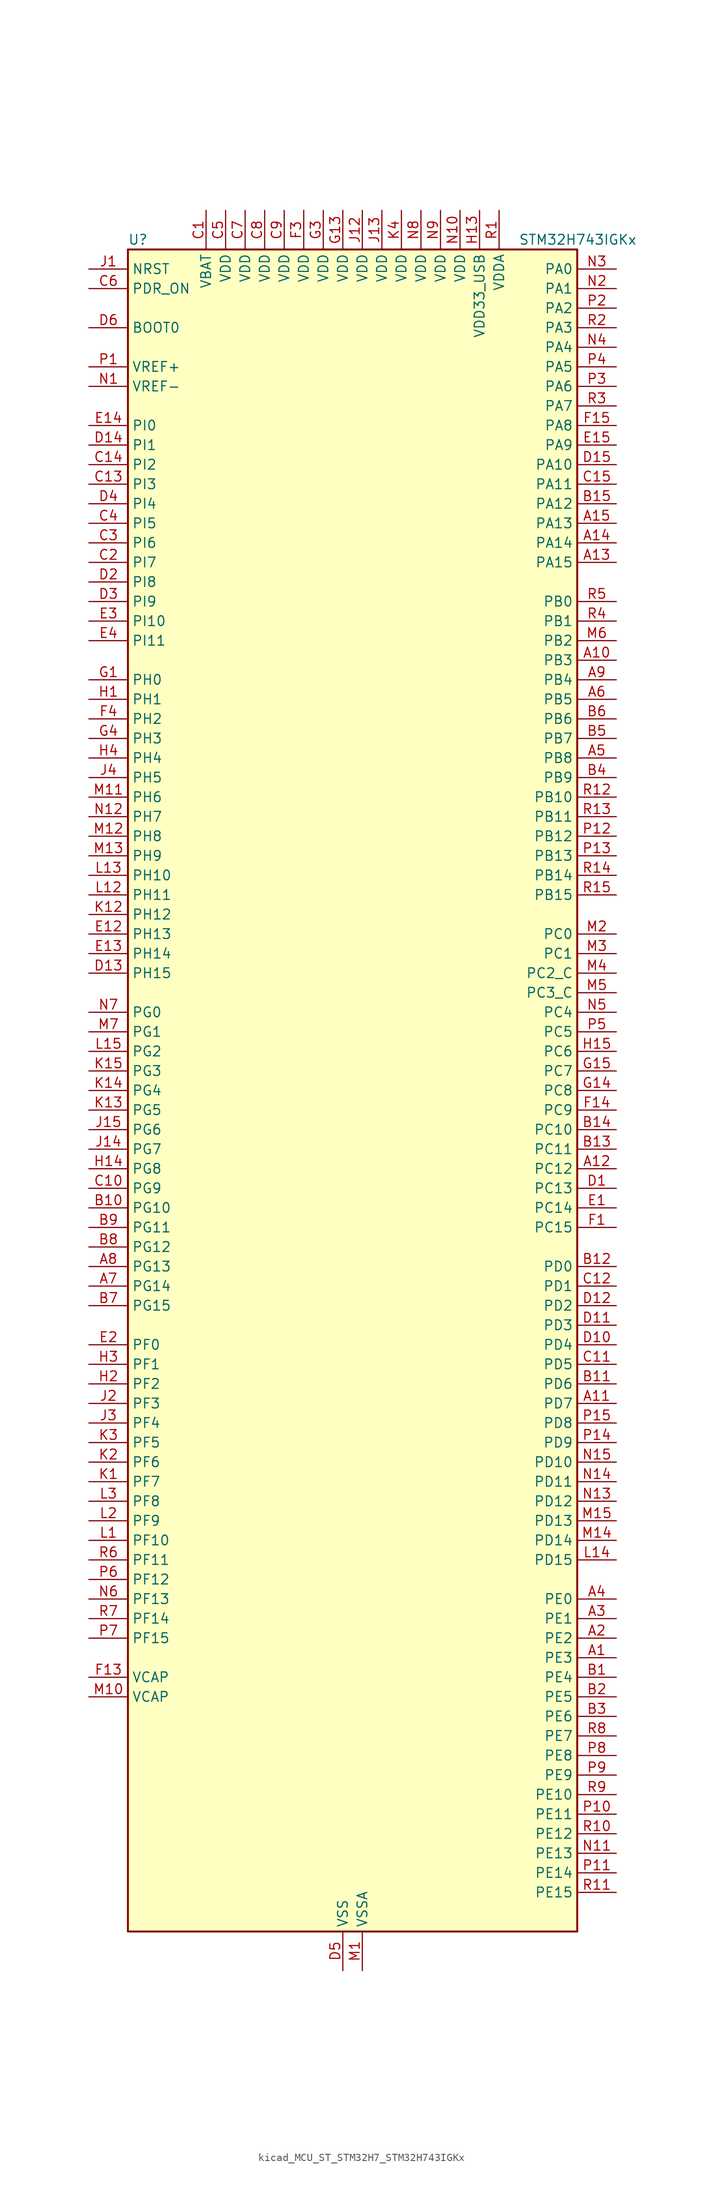
<source format=kicad_sym>
(kicad_symbol_lib
  (version 20220914)
  (generator kicad_symbol_editor)
  (symbol "kicad_MCU_ST_STM32H7_STM32H743IGKx"
    (property "Reference" "U"
      (at -27.94 110.49 0)
      (effects (font (size 1.27 1.27)) (justify left)))
    (property "Value" "STM32H743IGKx"
      (at 22.86 110.49 0)
      (effects (font (size 1.27 1.27)) (justify left)))
    (property "ki_locked" ""
      (at 0 0 0)
      (effects (font (size 1.27 1.27))))
    (symbol "kicad_MCU_ST_STM32H7_STM32H743IGKx_0_1"
      (rectangle (start -27.94 -109.22) (end 30.48 109.22) (stroke (width 0.254) (type default)) (fill (type background))))
    (symbol "kicad_MCU_ST_STM32H7_STM32H743IGKx_1_1"
      (pin bidirectional line (at 35.56 -73.66 180) (length 5.08) (name "PE3" (effects (font (size 1.27 1.27)))) (number "A1" (effects (font (size 1.27 1.27)))) (alternate "DEBUG_TRACED0" bidirectional line) (alternate "FMC_A19" bidirectional line) (alternate "SAI1_SD_B" bidirectional line) (alternate "SAI4_SD_B" bidirectional line) (alternate "TIM15_BKIN" bidirectional line))
      (pin bidirectional line (at 35.56 55.88 180) (length 5.08) (name "PB3" (effects (font (size 1.27 1.27)))) (number "A10" (effects (font (size 1.27 1.27)))) (alternate "CRS_SYNC" bidirectional line) (alternate "DEBUG_JTDO-SWO" bidirectional line) (alternate "HRTIM_FLT4" bidirectional line) (alternate "I2S1_CK" bidirectional line) (alternate "I2S3_CK" bidirectional line) (alternate "SDMMC2_D2" bidirectional line) (alternate "SPI1_SCK" bidirectional line) (alternate "SPI3_SCK" bidirectional line) (alternate "SPI6_SCK" bidirectional line) (alternate "TIM2_CH2" bidirectional line) (alternate "UART7_RX" bidirectional line))
      (pin bidirectional line (at 35.56 -40.64 180) (length 5.08) (name "PD7" (effects (font (size 1.27 1.27)))) (number "A11" (effects (font (size 1.27 1.27)))) (alternate "DFSDM1_CKIN1" bidirectional line) (alternate "DFSDM1_DATIN4" bidirectional line) (alternate "FMC_NE1" bidirectional line) (alternate "I2S1_SDO" bidirectional line) (alternate "SDMMC2_CMD" bidirectional line) (alternate "SPDIFRX1_IN0" bidirectional line) (alternate "SPI1_MOSI" bidirectional line) (alternate "USART2_CK" bidirectional line))
      (pin bidirectional line (at 35.56 -10.16 180) (length 5.08) (name "PC12" (effects (font (size 1.27 1.27)))) (number "A12" (effects (font (size 1.27 1.27)))) (alternate "DCMI_D9" bidirectional line) (alternate "DEBUG_TRACED3" bidirectional line) (alternate "HRTIM_EEV2" bidirectional line) (alternate "I2S3_SDO" bidirectional line) (alternate "SDMMC1_CK" bidirectional line) (alternate "SPI3_MOSI" bidirectional line) (alternate "UART5_TX" bidirectional line) (alternate "USART3_CK" bidirectional line))
      (pin bidirectional line (at 35.56 68.58 180) (length 5.08) (name "PA15" (effects (font (size 1.27 1.27)))) (number "A13" (effects (font (size 1.27 1.27)))) (alternate "ADC1_EXTI15" bidirectional line) (alternate "ADC2_EXTI15" bidirectional line) (alternate "ADC3_EXTI15" bidirectional line) (alternate "CEC" bidirectional line) (alternate "DEBUG_JTDI" bidirectional line) (alternate "HRTIM_FLT1" bidirectional line) (alternate "I2S1_WS" bidirectional line) (alternate "I2S3_WS" bidirectional line) (alternate "SPI1_NSS" bidirectional line) (alternate "SPI3_NSS" bidirectional line) (alternate "SPI6_NSS" bidirectional line) (alternate "TIM2_CH1" bidirectional line) (alternate "TIM2_ETR" bidirectional line) (alternate "UART4_DE" bidirectional line) (alternate "UART4_RTS" bidirectional line) (alternate "UART7_TX" bidirectional line))
      (pin bidirectional line (at 35.56 71.12 180) (length 5.08) (name "PA14" (effects (font (size 1.27 1.27)))) (number "A14" (effects (font (size 1.27 1.27)))) (alternate "DEBUG_JTCK-SWCLK" bidirectional line))
      (pin bidirectional line (at 35.56 73.66 180) (length 5.08) (name "PA13" (effects (font (size 1.27 1.27)))) (number "A15" (effects (font (size 1.27 1.27)))) (alternate "DEBUG_JTMS-SWDIO" bidirectional line))
      (pin bidirectional line (at 35.56 -71.12 180) (length 5.08) (name "PE2" (effects (font (size 1.27 1.27)))) (number "A2" (effects (font (size 1.27 1.27)))) (alternate "DEBUG_TRACECLK" bidirectional line) (alternate "ETH_TXD3" bidirectional line) (alternate "FMC_A23" bidirectional line) (alternate "QUADSPI_BK1_IO2" bidirectional line) (alternate "SAI1_CK1" bidirectional line) (alternate "SAI1_MCLK_A" bidirectional line) (alternate "SAI4_CK1" bidirectional line) (alternate "SAI4_MCLK_A" bidirectional line) (alternate "SPI4_SCK" bidirectional line))
      (pin bidirectional line (at 35.56 -68.58 180) (length 5.08) (name "PE1" (effects (font (size 1.27 1.27)))) (number "A3" (effects (font (size 1.27 1.27)))) (alternate "DCMI_D3" bidirectional line) (alternate "FMC_NBL1" bidirectional line) (alternate "HRTIM_SCOUT" bidirectional line) (alternate "LPTIM1_IN2" bidirectional line) (alternate "UART8_TX" bidirectional line))
      (pin bidirectional line (at 35.56 -66.04 180) (length 5.08) (name "PE0" (effects (font (size 1.27 1.27)))) (number "A4" (effects (font (size 1.27 1.27)))) (alternate "DCMI_D2" bidirectional line) (alternate "FMC_NBL0" bidirectional line) (alternate "HRTIM_SCIN" bidirectional line) (alternate "LPTIM1_ETR" bidirectional line) (alternate "LPTIM2_ETR" bidirectional line) (alternate "SAI2_MCLK_A" bidirectional line) (alternate "TIM4_ETR" bidirectional line) (alternate "UART8_RX" bidirectional line))
      (pin bidirectional line (at 35.56 43.18 180) (length 5.08) (name "PB8" (effects (font (size 1.27 1.27)))) (number "A5" (effects (font (size 1.27 1.27)))) (alternate "DCMI_D6" bidirectional line) (alternate "DFSDM1_CKIN7" bidirectional line) (alternate "ETH_TXD3" bidirectional line) (alternate "FDCAN1_RX" bidirectional line) (alternate "I2C1_SCL" bidirectional line) (alternate "I2C4_SCL" bidirectional line) (alternate "LTDC_B6" bidirectional line) (alternate "SDMMC1_CKIN" bidirectional line) (alternate "SDMMC1_D4" bidirectional line) (alternate "SDMMC2_D4" bidirectional line) (alternate "TIM16_CH1" bidirectional line) (alternate "TIM4_CH3" bidirectional line) (alternate "UART4_RX" bidirectional line))
      (pin bidirectional line (at 35.56 50.8 180) (length 5.08) (name "PB5" (effects (font (size 1.27 1.27)))) (number "A6" (effects (font (size 1.27 1.27)))) (alternate "DCMI_D10" bidirectional line) (alternate "ETH_PPS_OUT" bidirectional line) (alternate "FDCAN2_RX" bidirectional line) (alternate "FMC_SDCKE1" bidirectional line) (alternate "HRTIM_EEV7" bidirectional line) (alternate "I2C1_SMBA" bidirectional line) (alternate "I2C4_SMBA" bidirectional line) (alternate "I2S1_SDO" bidirectional line) (alternate "I2S3_SDO" bidirectional line) (alternate "SPI1_MOSI" bidirectional line) (alternate "SPI3_MOSI" bidirectional line) (alternate "SPI6_MOSI" bidirectional line) (alternate "TIM17_BKIN" bidirectional line) (alternate "TIM3_CH2" bidirectional line) (alternate "UART5_RX" bidirectional line) (alternate "USB_OTG_HS_ULPI_D7" bidirectional line))
      (pin bidirectional line (at -33.02 -25.4 0) (length 5.08) (name "PG14" (effects (font (size 1.27 1.27)))) (number "A7" (effects (font (size 1.27 1.27)))) (alternate "DEBUG_TRACED1" bidirectional line) (alternate "ETH_TXD1" bidirectional line) (alternate "FMC_A25" bidirectional line) (alternate "LPTIM1_ETR" bidirectional line) (alternate "LTDC_B0" bidirectional line) (alternate "QUADSPI_BK2_IO3" bidirectional line) (alternate "SPI6_MOSI" bidirectional line) (alternate "USART6_TX" bidirectional line))
      (pin bidirectional line (at -33.02 -22.86 0) (length 5.08) (name "PG13" (effects (font (size 1.27 1.27)))) (number "A8" (effects (font (size 1.27 1.27)))) (alternate "DEBUG_TRACED0" bidirectional line) (alternate "ETH_TXD0" bidirectional line) (alternate "FMC_A24" bidirectional line) (alternate "HRTIM_EEV10" bidirectional line) (alternate "LPTIM1_OUT" bidirectional line) (alternate "LTDC_R0" bidirectional line) (alternate "SPI6_SCK" bidirectional line) (alternate "USART6_CTS" bidirectional line) (alternate "USART6_NSS" bidirectional line))
      (pin bidirectional line (at 35.56 53.34 180) (length 5.08) (name "PB4" (effects (font (size 1.27 1.27)))) (number "A9" (effects (font (size 1.27 1.27)))) (alternate "DEBUG_JTRST" bidirectional line) (alternate "HRTIM_EEV6" bidirectional line) (alternate "I2S1_SDI" bidirectional line) (alternate "I2S2_WS" bidirectional line) (alternate "I2S3_SDI" bidirectional line) (alternate "SDMMC2_D3" bidirectional line) (alternate "SPI1_MISO" bidirectional line) (alternate "SPI2_NSS" bidirectional line) (alternate "SPI3_MISO" bidirectional line) (alternate "SPI6_MISO" bidirectional line) (alternate "TIM16_BKIN" bidirectional line) (alternate "TIM3_CH1" bidirectional line) (alternate "UART7_TX" bidirectional line))
      (pin bidirectional line (at 35.56 -76.2 180) (length 5.08) (name "PE4" (effects (font (size 1.27 1.27)))) (number "B1" (effects (font (size 1.27 1.27)))) (alternate "DCMI_D4" bidirectional line) (alternate "DEBUG_TRACED1" bidirectional line) (alternate "DFSDM1_DATIN3" bidirectional line) (alternate "FMC_A20" bidirectional line) (alternate "LTDC_B0" bidirectional line) (alternate "SAI1_D2" bidirectional line) (alternate "SAI1_FS_A" bidirectional line) (alternate "SAI4_D2" bidirectional line) (alternate "SAI4_FS_A" bidirectional line) (alternate "SPI4_NSS" bidirectional line) (alternate "TIM15_CH1N" bidirectional line))
      (pin bidirectional line (at -33.02 -15.24 0) (length 5.08) (name "PG10" (effects (font (size 1.27 1.27)))) (number "B10" (effects (font (size 1.27 1.27)))) (alternate "DCMI_D2" bidirectional line) (alternate "FMC_NE3" bidirectional line) (alternate "HRTIM_FLT5" bidirectional line) (alternate "I2S1_WS" bidirectional line) (alternate "LTDC_B2" bidirectional line) (alternate "LTDC_G3" bidirectional line) (alternate "SAI2_SD_B" bidirectional line) (alternate "SPI1_NSS" bidirectional line))
      (pin bidirectional line (at 35.56 -38.1 180) (length 5.08) (name "PD6" (effects (font (size 1.27 1.27)))) (number "B11" (effects (font (size 1.27 1.27)))) (alternate "DCMI_D10" bidirectional line) (alternate "DFSDM1_CKIN4" bidirectional line) (alternate "DFSDM1_DATIN1" bidirectional line) (alternate "FMC_NWAIT" bidirectional line) (alternate "I2S3_SDO" bidirectional line) (alternate "LTDC_B2" bidirectional line) (alternate "SAI1_D1" bidirectional line) (alternate "SAI1_SD_A" bidirectional line) (alternate "SAI4_D1" bidirectional line) (alternate "SAI4_SD_A" bidirectional line) (alternate "SDMMC2_CK" bidirectional line) (alternate "SPI3_MOSI" bidirectional line) (alternate "USART2_RX" bidirectional line))
      (pin bidirectional line (at 35.56 -22.86 180) (length 5.08) (name "PD0" (effects (font (size 1.27 1.27)))) (number "B12" (effects (font (size 1.27 1.27)))) (alternate "DFSDM1_CKIN6" bidirectional line) (alternate "FDCAN1_RX" bidirectional line) (alternate "FMC_D2" bidirectional line) (alternate "FMC_DA2" bidirectional line) (alternate "SAI3_SCK_A" bidirectional line) (alternate "UART4_RX" bidirectional line))
      (pin bidirectional line (at 35.56 -7.62 180) (length 5.08) (name "PC11" (effects (font (size 1.27 1.27)))) (number "B13" (effects (font (size 1.27 1.27)))) (alternate "ADC1_EXTI11" bidirectional line) (alternate "ADC2_EXTI11" bidirectional line) (alternate "ADC3_EXTI11" bidirectional line) (alternate "DCMI_D4" bidirectional line) (alternate "DFSDM1_DATIN5" bidirectional line) (alternate "HRTIM_FLT2" bidirectional line) (alternate "I2S3_SDI" bidirectional line) (alternate "QUADSPI_BK2_NCS" bidirectional line) (alternate "SDMMC1_D3" bidirectional line) (alternate "SPI3_MISO" bidirectional line) (alternate "UART4_RX" bidirectional line) (alternate "USART3_RX" bidirectional line))
      (pin bidirectional line (at 35.56 -5.08 180) (length 5.08) (name "PC10" (effects (font (size 1.27 1.27)))) (number "B14" (effects (font (size 1.27 1.27)))) (alternate "DCMI_D8" bidirectional line) (alternate "DFSDM1_CKIN5" bidirectional line) (alternate "HRTIM_EEV1" bidirectional line) (alternate "I2S3_CK" bidirectional line) (alternate "LTDC_R2" bidirectional line) (alternate "QUADSPI_BK1_IO1" bidirectional line) (alternate "SDMMC1_D2" bidirectional line) (alternate "SPI3_SCK" bidirectional line) (alternate "UART4_TX" bidirectional line) (alternate "USART3_TX" bidirectional line))
      (pin bidirectional line (at 35.56 76.2 180) (length 5.08) (name "PA12" (effects (font (size 1.27 1.27)))) (number "B15" (effects (font (size 1.27 1.27)))) (alternate "FDCAN1_TX" bidirectional line) (alternate "HRTIM_CHD2" bidirectional line) (alternate "I2S2_CK" bidirectional line) (alternate "LPUART1_DE" bidirectional line) (alternate "LPUART1_RTS" bidirectional line) (alternate "LTDC_R5" bidirectional line) (alternate "SAI2_FS_B" bidirectional line) (alternate "SPI2_SCK" bidirectional line) (alternate "TIM1_ETR" bidirectional line) (alternate "UART4_TX" bidirectional line) (alternate "USART1_DE" bidirectional line) (alternate "USART1_RTS" bidirectional line) (alternate "USB_OTG_FS_DP" bidirectional line))
      (pin bidirectional line (at 35.56 -78.74 180) (length 5.08) (name "PE5" (effects (font (size 1.27 1.27)))) (number "B2" (effects (font (size 1.27 1.27)))) (alternate "DCMI_D6" bidirectional line) (alternate "DEBUG_TRACED2" bidirectional line) (alternate "DFSDM1_CKIN3" bidirectional line) (alternate "FMC_A21" bidirectional line) (alternate "LTDC_G0" bidirectional line) (alternate "SAI1_CK2" bidirectional line) (alternate "SAI1_SCK_A" bidirectional line) (alternate "SAI4_CK2" bidirectional line) (alternate "SAI4_SCK_A" bidirectional line) (alternate "SPI4_MISO" bidirectional line) (alternate "TIM15_CH1" bidirectional line))
      (pin bidirectional line (at 35.56 -81.28 180) (length 5.08) (name "PE6" (effects (font (size 1.27 1.27)))) (number "B3" (effects (font (size 1.27 1.27)))) (alternate "DCMI_D7" bidirectional line) (alternate "DEBUG_TRACED3" bidirectional line) (alternate "FMC_A22" bidirectional line) (alternate "LTDC_G1" bidirectional line) (alternate "SAI1_D1" bidirectional line) (alternate "SAI1_SD_A" bidirectional line) (alternate "SAI2_MCLK_B" bidirectional line) (alternate "SAI4_D1" bidirectional line) (alternate "SAI4_SD_A" bidirectional line) (alternate "SPI4_MOSI" bidirectional line) (alternate "TIM15_CH2" bidirectional line) (alternate "TIM1_BKIN2" bidirectional line) (alternate "TIM1_BKIN2_COMP1" bidirectional line) (alternate "TIM1_BKIN2_COMP2" bidirectional line))
      (pin bidirectional line (at 35.56 40.64 180) (length 5.08) (name "PB9" (effects (font (size 1.27 1.27)))) (number "B4" (effects (font (size 1.27 1.27)))) (alternate "DAC1_EXTI9" bidirectional line) (alternate "DCMI_D7" bidirectional line) (alternate "DFSDM1_DATIN7" bidirectional line) (alternate "FDCAN1_TX" bidirectional line) (alternate "I2C1_SDA" bidirectional line) (alternate "I2C4_SDA" bidirectional line) (alternate "I2C4_SMBA" bidirectional line) (alternate "I2S2_WS" bidirectional line) (alternate "LTDC_B7" bidirectional line) (alternate "SDMMC1_CDIR" bidirectional line) (alternate "SDMMC1_D5" bidirectional line) (alternate "SDMMC2_D5" bidirectional line) (alternate "SPI2_NSS" bidirectional line) (alternate "TIM17_CH1" bidirectional line) (alternate "TIM4_CH4" bidirectional line) (alternate "UART4_TX" bidirectional line))
      (pin bidirectional line (at 35.56 45.72 180) (length 5.08) (name "PB7" (effects (font (size 1.27 1.27)))) (number "B5" (effects (font (size 1.27 1.27)))) (alternate "DCMI_VSYNC" bidirectional line) (alternate "DFSDM1_CKIN5" bidirectional line) (alternate "FMC_NL" bidirectional line) (alternate "HRTIM_EEV9" bidirectional line) (alternate "I2C1_SDA" bidirectional line) (alternate "I2C4_SDA" bidirectional line) (alternate "LPUART1_RX" bidirectional line) (alternate "PWR_PVD_IN" bidirectional line) (alternate "TIM17_CH1N" bidirectional line) (alternate "TIM4_CH2" bidirectional line) (alternate "USART1_RX" bidirectional line))
      (pin bidirectional line (at 35.56 48.26 180) (length 5.08) (name "PB6" (effects (font (size 1.27 1.27)))) (number "B6" (effects (font (size 1.27 1.27)))) (alternate "CEC" bidirectional line) (alternate "DCMI_D5" bidirectional line) (alternate "DFSDM1_DATIN5" bidirectional line) (alternate "FDCAN2_TX" bidirectional line) (alternate "FMC_SDNE1" bidirectional line) (alternate "HRTIM_EEV8" bidirectional line) (alternate "I2C1_SCL" bidirectional line) (alternate "I2C4_SCL" bidirectional line) (alternate "LPUART1_TX" bidirectional line) (alternate "QUADSPI_BK1_NCS" bidirectional line) (alternate "TIM16_CH1N" bidirectional line) (alternate "TIM4_CH1" bidirectional line) (alternate "UART5_TX" bidirectional line) (alternate "USART1_TX" bidirectional line))
      (pin bidirectional line (at -33.02 -27.94 0) (length 5.08) (name "PG15" (effects (font (size 1.27 1.27)))) (number "B7" (effects (font (size 1.27 1.27)))) (alternate "ADC1_EXTI15" bidirectional line) (alternate "ADC2_EXTI15" bidirectional line) (alternate "ADC3_EXTI15" bidirectional line) (alternate "DCMI_D13" bidirectional line) (alternate "FMC_SDNCAS" bidirectional line) (alternate "USART6_CTS" bidirectional line) (alternate "USART6_NSS" bidirectional line))
      (pin bidirectional line (at -33.02 -20.32 0) (length 5.08) (name "PG12" (effects (font (size 1.27 1.27)))) (number "B8" (effects (font (size 1.27 1.27)))) (alternate "ETH_TXD1" bidirectional line) (alternate "FMC_NE4" bidirectional line) (alternate "HRTIM_EEV5" bidirectional line) (alternate "LPTIM1_IN1" bidirectional line) (alternate "LTDC_B1" bidirectional line) (alternate "LTDC_B4" bidirectional line) (alternate "SPDIFRX1_IN1" bidirectional line) (alternate "SPI6_MISO" bidirectional line) (alternate "USART6_DE" bidirectional line) (alternate "USART6_RTS" bidirectional line))
      (pin bidirectional line (at -33.02 -17.78 0) (length 5.08) (name "PG11" (effects (font (size 1.27 1.27)))) (number "B9" (effects (font (size 1.27 1.27)))) (alternate "ADC1_EXTI11" bidirectional line) (alternate "ADC2_EXTI11" bidirectional line) (alternate "ADC3_EXTI11" bidirectional line) (alternate "DCMI_D3" bidirectional line) (alternate "ETH_TX_EN" bidirectional line) (alternate "HRTIM_EEV4" bidirectional line) (alternate "I2S1_CK" bidirectional line) (alternate "LPTIM1_IN2" bidirectional line) (alternate "LTDC_B3" bidirectional line) (alternate "SDMMC2_D2" bidirectional line) (alternate "SPDIFRX1_IN0" bidirectional line) (alternate "SPI1_SCK" bidirectional line))
      (pin power_in line (at -17.78 114.3 270) (length 5.08) (name "VBAT" (effects (font (size 1.27 1.27)))) (number "C1" (effects (font (size 1.27 1.27)))))
      (pin bidirectional line (at -33.02 -12.7 0) (length 5.08) (name "PG9" (effects (font (size 1.27 1.27)))) (number "C10" (effects (font (size 1.27 1.27)))) (alternate "DAC1_EXTI9" bidirectional line) (alternate "DCMI_VSYNC" bidirectional line) (alternate "FMC_NCE" bidirectional line) (alternate "FMC_NE2" bidirectional line) (alternate "I2S1_SDI" bidirectional line) (alternate "QUADSPI_BK2_IO2" bidirectional line) (alternate "SAI2_FS_B" bidirectional line) (alternate "SPDIFRX1_IN3" bidirectional line) (alternate "SPI1_MISO" bidirectional line) (alternate "USART6_RX" bidirectional line))
      (pin bidirectional line (at 35.56 -35.56 180) (length 5.08) (name "PD5" (effects (font (size 1.27 1.27)))) (number "C11" (effects (font (size 1.27 1.27)))) (alternate "FMC_NWE" bidirectional line) (alternate "HRTIM_EEV3" bidirectional line) (alternate "USART2_TX" bidirectional line))
      (pin bidirectional line (at 35.56 -25.4 180) (length 5.08) (name "PD1" (effects (font (size 1.27 1.27)))) (number "C12" (effects (font (size 1.27 1.27)))) (alternate "DFSDM1_DATIN6" bidirectional line) (alternate "FDCAN1_TX" bidirectional line) (alternate "FMC_D3" bidirectional line) (alternate "FMC_DA3" bidirectional line) (alternate "SAI3_SD_A" bidirectional line) (alternate "UART4_TX" bidirectional line))
      (pin bidirectional line (at -33.02 78.74 0) (length 5.08) (name "PI3" (effects (font (size 1.27 1.27)))) (number "C13" (effects (font (size 1.27 1.27)))) (alternate "DCMI_D10" bidirectional line) (alternate "FMC_D27" bidirectional line) (alternate "I2S2_SDO" bidirectional line) (alternate "SPI2_MOSI" bidirectional line) (alternate "TIM8_ETR" bidirectional line))
      (pin bidirectional line (at -33.02 81.28 0) (length 5.08) (name "PI2" (effects (font (size 1.27 1.27)))) (number "C14" (effects (font (size 1.27 1.27)))) (alternate "DCMI_D9" bidirectional line) (alternate "FMC_D26" bidirectional line) (alternate "I2S2_SDI" bidirectional line) (alternate "LTDC_G7" bidirectional line) (alternate "SPI2_MISO" bidirectional line) (alternate "TIM8_CH4" bidirectional line))
      (pin bidirectional line (at 35.56 78.74 180) (length 5.08) (name "PA11" (effects (font (size 1.27 1.27)))) (number "C15" (effects (font (size 1.27 1.27)))) (alternate "ADC1_EXTI11" bidirectional line) (alternate "ADC2_EXTI11" bidirectional line) (alternate "ADC3_EXTI11" bidirectional line) (alternate "FDCAN1_RX" bidirectional line) (alternate "HRTIM_CHD1" bidirectional line) (alternate "I2S2_WS" bidirectional line) (alternate "LPUART1_CTS" bidirectional line) (alternate "LTDC_R4" bidirectional line) (alternate "SPI2_NSS" bidirectional line) (alternate "TIM1_CH4" bidirectional line) (alternate "UART4_RX" bidirectional line) (alternate "USART1_CTS" bidirectional line) (alternate "USART1_NSS" bidirectional line) (alternate "USB_OTG_FS_DM" bidirectional line))
      (pin bidirectional line (at -33.02 68.58 0) (length 5.08) (name "PI7" (effects (font (size 1.27 1.27)))) (number "C2" (effects (font (size 1.27 1.27)))) (alternate "DCMI_D7" bidirectional line) (alternate "FMC_D29" bidirectional line) (alternate "LTDC_B7" bidirectional line) (alternate "SAI2_FS_A" bidirectional line) (alternate "TIM8_CH3" bidirectional line))
      (pin bidirectional line (at -33.02 71.12 0) (length 5.08) (name "PI6" (effects (font (size 1.27 1.27)))) (number "C3" (effects (font (size 1.27 1.27)))) (alternate "DCMI_D6" bidirectional line) (alternate "FMC_D28" bidirectional line) (alternate "LTDC_B6" bidirectional line) (alternate "SAI2_SD_A" bidirectional line) (alternate "TIM8_CH2" bidirectional line))
      (pin bidirectional line (at -33.02 73.66 0) (length 5.08) (name "PI5" (effects (font (size 1.27 1.27)))) (number "C4" (effects (font (size 1.27 1.27)))) (alternate "DCMI_VSYNC" bidirectional line) (alternate "FMC_NBL3" bidirectional line) (alternate "LTDC_B5" bidirectional line) (alternate "SAI2_SCK_A" bidirectional line) (alternate "TIM8_CH1" bidirectional line))
      (pin power_in line (at -15.24 114.3 270) (length 5.08) (name "VDD" (effects (font (size 1.27 1.27)))) (number "C5" (effects (font (size 1.27 1.27)))))
      (pin input line (at -33.02 104.14 0) (length 5.08) (name "PDR_ON" (effects (font (size 1.27 1.27)))) (number "C6" (effects (font (size 1.27 1.27)))))
      (pin power_in line (at -12.7 114.3 270) (length 5.08) (name "VDD" (effects (font (size 1.27 1.27)))) (number "C7" (effects (font (size 1.27 1.27)))))
      (pin power_in line (at -10.16 114.3 270) (length 5.08) (name "VDD" (effects (font (size 1.27 1.27)))) (number "C8" (effects (font (size 1.27 1.27)))))
      (pin power_in line (at -7.62 114.3 270) (length 5.08) (name "VDD" (effects (font (size 1.27 1.27)))) (number "C9" (effects (font (size 1.27 1.27)))))
      (pin bidirectional line (at 35.56 -12.7 180) (length 5.08) (name "PC13" (effects (font (size 1.27 1.27)))) (number "D1" (effects (font (size 1.27 1.27)))) (alternate "PWR_WKUP2" bidirectional line) (alternate "RTC_OUT_ALARM" bidirectional line) (alternate "RTC_OUT_CALIB" bidirectional line) (alternate "RTC_TAMP1" bidirectional line) (alternate "RTC_TS" bidirectional line))
      (pin bidirectional line (at 35.56 -33.02 180) (length 5.08) (name "PD4" (effects (font (size 1.27 1.27)))) (number "D10" (effects (font (size 1.27 1.27)))) (alternate "FMC_NOE" bidirectional line) (alternate "HRTIM_FLT3" bidirectional line) (alternate "SAI3_FS_A" bidirectional line) (alternate "USART2_DE" bidirectional line) (alternate "USART2_RTS" bidirectional line))
      (pin bidirectional line (at 35.56 -30.48 180) (length 5.08) (name "PD3" (effects (font (size 1.27 1.27)))) (number "D11" (effects (font (size 1.27 1.27)))) (alternate "DCMI_D5" bidirectional line) (alternate "DFSDM1_CKOUT" bidirectional line) (alternate "FMC_CLK" bidirectional line) (alternate "I2S2_CK" bidirectional line) (alternate "LTDC_G7" bidirectional line) (alternate "SPI2_SCK" bidirectional line) (alternate "USART2_CTS" bidirectional line) (alternate "USART2_NSS" bidirectional line))
      (pin bidirectional line (at 35.56 -27.94 180) (length 5.08) (name "PD2" (effects (font (size 1.27 1.27)))) (number "D12" (effects (font (size 1.27 1.27)))) (alternate "DCMI_D11" bidirectional line) (alternate "DEBUG_TRACED2" bidirectional line) (alternate "SDMMC1_CMD" bidirectional line) (alternate "TIM3_ETR" bidirectional line) (alternate "UART5_RX" bidirectional line))
      (pin bidirectional line (at -33.02 15.24 0) (length 5.08) (name "PH15" (effects (font (size 1.27 1.27)))) (number "D13" (effects (font (size 1.27 1.27)))) (alternate "ADC1_EXTI15" bidirectional line) (alternate "ADC2_EXTI15" bidirectional line) (alternate "ADC3_EXTI15" bidirectional line) (alternate "DCMI_D11" bidirectional line) (alternate "FMC_D23" bidirectional line) (alternate "LTDC_G4" bidirectional line) (alternate "TIM8_CH3N" bidirectional line))
      (pin bidirectional line (at -33.02 83.82 0) (length 5.08) (name "PI1" (effects (font (size 1.27 1.27)))) (number "D14" (effects (font (size 1.27 1.27)))) (alternate "DCMI_D8" bidirectional line) (alternate "FMC_D25" bidirectional line) (alternate "I2S2_CK" bidirectional line) (alternate "LTDC_G6" bidirectional line) (alternate "SPI2_SCK" bidirectional line) (alternate "TIM8_BKIN2" bidirectional line) (alternate "TIM8_BKIN2_COMP1" bidirectional line) (alternate "TIM8_BKIN2_COMP2" bidirectional line))
      (pin bidirectional line (at 35.56 81.28 180) (length 5.08) (name "PA10" (effects (font (size 1.27 1.27)))) (number "D15" (effects (font (size 1.27 1.27)))) (alternate "DCMI_D1" bidirectional line) (alternate "HRTIM_CHC2" bidirectional line) (alternate "LPUART1_RX" bidirectional line) (alternate "LTDC_B1" bidirectional line) (alternate "LTDC_B4" bidirectional line) (alternate "MDIOS_MDIO" bidirectional line) (alternate "TIM1_CH3" bidirectional line) (alternate "USART1_RX" bidirectional line) (alternate "USB_OTG_FS_ID" bidirectional line))
      (pin bidirectional line (at -33.02 66.04 0) (length 5.08) (name "PI8" (effects (font (size 1.27 1.27)))) (number "D2" (effects (font (size 1.27 1.27)))) (alternate "PWR_WKUP3" bidirectional line) (alternate "RTC_TAMP2" bidirectional line))
      (pin bidirectional line (at -33.02 63.5 0) (length 5.08) (name "PI9" (effects (font (size 1.27 1.27)))) (number "D3" (effects (font (size 1.27 1.27)))) (alternate "DAC1_EXTI9" bidirectional line) (alternate "FDCAN1_RX" bidirectional line) (alternate "FMC_D30" bidirectional line) (alternate "LTDC_VSYNC" bidirectional line) (alternate "UART4_RX" bidirectional line))
      (pin bidirectional line (at -33.02 76.2 0) (length 5.08) (name "PI4" (effects (font (size 1.27 1.27)))) (number "D4" (effects (font (size 1.27 1.27)))) (alternate "DCMI_D5" bidirectional line) (alternate "FMC_NBL2" bidirectional line) (alternate "LTDC_B4" bidirectional line) (alternate "SAI2_MCLK_A" bidirectional line) (alternate "TIM8_BKIN" bidirectional line) (alternate "TIM8_BKIN_COMP1" bidirectional line) (alternate "TIM8_BKIN_COMP2" bidirectional line))
      (pin power_in line (at 0 -114.3 90) (length 5.08) (name "VSS" (effects (font (size 1.27 1.27)))) (number "D5" (effects (font (size 1.27 1.27)))))
      (pin input line (at -33.02 99.06 0) (length 5.08) (name "BOOT0" (effects (font (size 1.27 1.27)))) (number "D6" (effects (font (size 1.27 1.27)))))
      (pin passive line (at 0 -114.3 90) (length 5.08) hide (name "VSS" (effects (font (size 1.27 1.27)))) (number "D7" (effects (font (size 1.27 1.27)))))
      (pin passive line (at 0 -114.3 90) (length 5.08) hide (name "VSS" (effects (font (size 1.27 1.27)))) (number "D8" (effects (font (size 1.27 1.27)))))
      (pin passive line (at 0 -114.3 90) (length 5.08) hide (name "VSS" (effects (font (size 1.27 1.27)))) (number "D9" (effects (font (size 1.27 1.27)))))
      (pin bidirectional line (at 35.56 -15.24 180) (length 5.08) (name "PC14" (effects (font (size 1.27 1.27)))) (number "E1" (effects (font (size 1.27 1.27)))) (alternate "RCC_OSC32_IN" bidirectional line))
      (pin bidirectional line (at -33.02 20.32 0) (length 5.08) (name "PH13" (effects (font (size 1.27 1.27)))) (number "E12" (effects (font (size 1.27 1.27)))) (alternate "FDCAN1_TX" bidirectional line) (alternate "FMC_D21" bidirectional line) (alternate "LTDC_G2" bidirectional line) (alternate "TIM8_CH1N" bidirectional line) (alternate "UART4_TX" bidirectional line))
      (pin bidirectional line (at -33.02 17.78 0) (length 5.08) (name "PH14" (effects (font (size 1.27 1.27)))) (number "E13" (effects (font (size 1.27 1.27)))) (alternate "DCMI_D4" bidirectional line) (alternate "FDCAN1_RX" bidirectional line) (alternate "FMC_D22" bidirectional line) (alternate "LTDC_G3" bidirectional line) (alternate "TIM8_CH2N" bidirectional line) (alternate "UART4_RX" bidirectional line))
      (pin bidirectional line (at -33.02 86.36 0) (length 5.08) (name "PI0" (effects (font (size 1.27 1.27)))) (number "E14" (effects (font (size 1.27 1.27)))) (alternate "DCMI_D13" bidirectional line) (alternate "FMC_D24" bidirectional line) (alternate "I2S2_WS" bidirectional line) (alternate "LTDC_G5" bidirectional line) (alternate "SPI2_NSS" bidirectional line) (alternate "TIM5_CH4" bidirectional line))
      (pin bidirectional line (at 35.56 83.82 180) (length 5.08) (name "PA9" (effects (font (size 1.27 1.27)))) (number "E15" (effects (font (size 1.27 1.27)))) (alternate "DAC1_EXTI9" bidirectional line) (alternate "DCMI_D0" bidirectional line) (alternate "HRTIM_CHC1" bidirectional line) (alternate "I2C3_SMBA" bidirectional line) (alternate "I2S2_CK" bidirectional line) (alternate "LPUART1_TX" bidirectional line) (alternate "LTDC_R5" bidirectional line) (alternate "SPI2_SCK" bidirectional line) (alternate "TIM1_CH2" bidirectional line) (alternate "USART1_TX" bidirectional line) (alternate "USB_OTG_FS_VBUS" bidirectional line))
      (pin bidirectional line (at -33.02 -33.02 0) (length 5.08) (name "PF0" (effects (font (size 1.27 1.27)))) (number "E2" (effects (font (size 1.27 1.27)))) (alternate "FMC_A0" bidirectional line) (alternate "I2C2_SDA" bidirectional line))
      (pin bidirectional line (at -33.02 60.96 0) (length 5.08) (name "PI10" (effects (font (size 1.27 1.27)))) (number "E3" (effects (font (size 1.27 1.27)))) (alternate "ETH_RX_ER" bidirectional line) (alternate "FMC_D31" bidirectional line) (alternate "LTDC_HSYNC" bidirectional line))
      (pin bidirectional line (at -33.02 58.42 0) (length 5.08) (name "PI11" (effects (font (size 1.27 1.27)))) (number "E4" (effects (font (size 1.27 1.27)))) (alternate "ADC1_EXTI11" bidirectional line) (alternate "ADC2_EXTI11" bidirectional line) (alternate "ADC3_EXTI11" bidirectional line) (alternate "LTDC_G6" bidirectional line) (alternate "PWR_WKUP4" bidirectional line) (alternate "USB_OTG_HS_ULPI_DIR" bidirectional line))
      (pin bidirectional line (at 35.56 -17.78 180) (length 5.08) (name "PC15" (effects (font (size 1.27 1.27)))) (number "F1" (effects (font (size 1.27 1.27)))) (alternate "ADC1_EXTI15" bidirectional line) (alternate "ADC2_EXTI15" bidirectional line) (alternate "ADC3_EXTI15" bidirectional line) (alternate "RCC_OSC32_OUT" bidirectional line))
      (pin passive line (at 0 -114.3 90) (length 5.08) hide (name "VSS" (effects (font (size 1.27 1.27)))) (number "F10" (effects (font (size 1.27 1.27)))))
      (pin passive line (at 0 -114.3 90) (length 5.08) hide (name "VSS" (effects (font (size 1.27 1.27)))) (number "F12" (effects (font (size 1.27 1.27)))))
      (pin power_out line (at -33.02 -76.2 0) (length 5.08) (name "VCAP" (effects (font (size 1.27 1.27)))) (number "F13" (effects (font (size 1.27 1.27)))))
      (pin bidirectional line (at 35.56 -2.54 180) (length 5.08) (name "PC9" (effects (font (size 1.27 1.27)))) (number "F14" (effects (font (size 1.27 1.27)))) (alternate "DAC1_EXTI9" bidirectional line) (alternate "DCMI_D3" bidirectional line) (alternate "I2C3_SDA" bidirectional line) (alternate "I2S_CKIN" bidirectional line) (alternate "LTDC_B2" bidirectional line) (alternate "LTDC_G3" bidirectional line) (alternate "QUADSPI_BK1_IO0" bidirectional line) (alternate "RCC_MCO_2" bidirectional line) (alternate "SDMMC1_D1" bidirectional line) (alternate "SWPMI1_SUSPEND" bidirectional line) (alternate "TIM3_CH4" bidirectional line) (alternate "TIM8_CH4" bidirectional line) (alternate "UART5_CTS" bidirectional line))
      (pin bidirectional line (at 35.56 86.36 180) (length 5.08) (name "PA8" (effects (font (size 1.27 1.27)))) (number "F15" (effects (font (size 1.27 1.27)))) (alternate "HRTIM_CHB2" bidirectional line) (alternate "I2C3_SCL" bidirectional line) (alternate "LTDC_B3" bidirectional line) (alternate "LTDC_R6" bidirectional line) (alternate "RCC_MCO_1" bidirectional line) (alternate "TIM1_CH1" bidirectional line) (alternate "TIM8_BKIN2" bidirectional line) (alternate "TIM8_BKIN2_COMP1" bidirectional line) (alternate "TIM8_BKIN2_COMP2" bidirectional line) (alternate "UART7_RX" bidirectional line) (alternate "USART1_CK" bidirectional line) (alternate "USB_OTG_FS_SOF" bidirectional line))
      (pin passive line (at 0 -114.3 90) (length 5.08) hide (name "VSS" (effects (font (size 1.27 1.27)))) (number "F2" (effects (font (size 1.27 1.27)))))
      (pin power_in line (at -5.08 114.3 270) (length 5.08) (name "VDD" (effects (font (size 1.27 1.27)))) (number "F3" (effects (font (size 1.27 1.27)))))
      (pin bidirectional line (at -33.02 48.26 0) (length 5.08) (name "PH2" (effects (font (size 1.27 1.27)))) (number "F4" (effects (font (size 1.27 1.27)))) (alternate "ADC3_INP13" bidirectional line) (alternate "ETH_CRS" bidirectional line) (alternate "FMC_SDCKE0" bidirectional line) (alternate "LPTIM1_IN2" bidirectional line) (alternate "LTDC_R0" bidirectional line) (alternate "QUADSPI_BK2_IO0" bidirectional line) (alternate "SAI2_SCK_B" bidirectional line))
      (pin passive line (at 0 -114.3 90) (length 5.08) hide (name "VSS" (effects (font (size 1.27 1.27)))) (number "F6" (effects (font (size 1.27 1.27)))))
      (pin passive line (at 0 -114.3 90) (length 5.08) hide (name "VSS" (effects (font (size 1.27 1.27)))) (number "F7" (effects (font (size 1.27 1.27)))))
      (pin passive line (at 0 -114.3 90) (length 5.08) hide (name "VSS" (effects (font (size 1.27 1.27)))) (number "F8" (effects (font (size 1.27 1.27)))))
      (pin passive line (at 0 -114.3 90) (length 5.08) hide (name "VSS" (effects (font (size 1.27 1.27)))) (number "F9" (effects (font (size 1.27 1.27)))))
      (pin bidirectional line (at -33.02 53.34 0) (length 5.08) (name "PH0" (effects (font (size 1.27 1.27)))) (number "G1" (effects (font (size 1.27 1.27)))) (alternate "RCC_OSC_IN" bidirectional line))
      (pin passive line (at 0 -114.3 90) (length 5.08) hide (name "VSS" (effects (font (size 1.27 1.27)))) (number "G10" (effects (font (size 1.27 1.27)))))
      (pin passive line (at 0 -114.3 90) (length 5.08) hide (name "VSS" (effects (font (size 1.27 1.27)))) (number "G12" (effects (font (size 1.27 1.27)))))
      (pin power_in line (at 0 114.3 270) (length 5.08) (name "VDD" (effects (font (size 1.27 1.27)))) (number "G13" (effects (font (size 1.27 1.27)))))
      (pin bidirectional line (at 35.56 0 180) (length 5.08) (name "PC8" (effects (font (size 1.27 1.27)))) (number "G14" (effects (font (size 1.27 1.27)))) (alternate "DCMI_D2" bidirectional line) (alternate "DEBUG_TRACED1" bidirectional line) (alternate "FMC_NCE" bidirectional line) (alternate "FMC_NE2" bidirectional line) (alternate "HRTIM_CHB1" bidirectional line) (alternate "SDMMC1_D0" bidirectional line) (alternate "SWPMI1_RX" bidirectional line) (alternate "TIM3_CH3" bidirectional line) (alternate "TIM8_CH3" bidirectional line) (alternate "UART5_DE" bidirectional line) (alternate "UART5_RTS" bidirectional line) (alternate "USART6_CK" bidirectional line))
      (pin bidirectional line (at 35.56 2.54 180) (length 5.08) (name "PC7" (effects (font (size 1.27 1.27)))) (number "G15" (effects (font (size 1.27 1.27)))) (alternate "DCMI_D1" bidirectional line) (alternate "DEBUG_TRGIO" bidirectional line) (alternate "DFSDM1_DATIN3" bidirectional line) (alternate "FMC_NE1" bidirectional line) (alternate "HRTIM_CHA2" bidirectional line) (alternate "I2S3_MCK" bidirectional line) (alternate "LTDC_G6" bidirectional line) (alternate "SDMMC1_D123DIR" bidirectional line) (alternate "SDMMC1_D7" bidirectional line) (alternate "SDMMC2_D7" bidirectional line) (alternate "SWPMI1_TX" bidirectional line) (alternate "TIM3_CH2" bidirectional line) (alternate "TIM8_CH2" bidirectional line) (alternate "USART6_RX" bidirectional line))
      (pin passive line (at 0 -114.3 90) (length 5.08) hide (name "VSS" (effects (font (size 1.27 1.27)))) (number "G2" (effects (font (size 1.27 1.27)))))
      (pin power_in line (at -2.54 114.3 270) (length 5.08) (name "VDD" (effects (font (size 1.27 1.27)))) (number "G3" (effects (font (size 1.27 1.27)))))
      (pin bidirectional line (at -33.02 45.72 0) (length 5.08) (name "PH3" (effects (font (size 1.27 1.27)))) (number "G4" (effects (font (size 1.27 1.27)))) (alternate "ADC3_INN13" bidirectional line) (alternate "ADC3_INP14" bidirectional line) (alternate "ETH_COL" bidirectional line) (alternate "FMC_SDNE0" bidirectional line) (alternate "LTDC_R1" bidirectional line) (alternate "QUADSPI_BK2_IO1" bidirectional line) (alternate "SAI2_MCLK_B" bidirectional line))
      (pin passive line (at 0 -114.3 90) (length 5.08) hide (name "VSS" (effects (font (size 1.27 1.27)))) (number "G6" (effects (font (size 1.27 1.27)))))
      (pin passive line (at 0 -114.3 90) (length 5.08) hide (name "VSS" (effects (font (size 1.27 1.27)))) (number "G7" (effects (font (size 1.27 1.27)))))
      (pin passive line (at 0 -114.3 90) (length 5.08) hide (name "VSS" (effects (font (size 1.27 1.27)))) (number "G8" (effects (font (size 1.27 1.27)))))
      (pin passive line (at 0 -114.3 90) (length 5.08) hide (name "VSS" (effects (font (size 1.27 1.27)))) (number "G9" (effects (font (size 1.27 1.27)))))
      (pin bidirectional line (at -33.02 50.8 0) (length 5.08) (name "PH1" (effects (font (size 1.27 1.27)))) (number "H1" (effects (font (size 1.27 1.27)))) (alternate "RCC_OSC_OUT" bidirectional line))
      (pin passive line (at 0 -114.3 90) (length 5.08) hide (name "VSS" (effects (font (size 1.27 1.27)))) (number "H10" (effects (font (size 1.27 1.27)))))
      (pin passive line (at 0 -114.3 90) (length 5.08) hide (name "VSS" (effects (font (size 1.27 1.27)))) (number "H12" (effects (font (size 1.27 1.27)))))
      (pin power_in line (at 17.78 114.3 270) (length 5.08) (name "VDD33_USB" (effects (font (size 1.27 1.27)))) (number "H13" (effects (font (size 1.27 1.27)))))
      (pin bidirectional line (at -33.02 -10.16 0) (length 5.08) (name "PG8" (effects (font (size 1.27 1.27)))) (number "H14" (effects (font (size 1.27 1.27)))) (alternate "ETH_PPS_OUT" bidirectional line) (alternate "FMC_SDCLK" bidirectional line) (alternate "LTDC_G7" bidirectional line) (alternate "SPDIFRX1_IN2" bidirectional line) (alternate "SPI6_NSS" bidirectional line) (alternate "TIM8_ETR" bidirectional line) (alternate "USART6_DE" bidirectional line) (alternate "USART6_RTS" bidirectional line))
      (pin bidirectional line (at 35.56 5.08 180) (length 5.08) (name "PC6" (effects (font (size 1.27 1.27)))) (number "H15" (effects (font (size 1.27 1.27)))) (alternate "DCMI_D0" bidirectional line) (alternate "DFSDM1_CKIN3" bidirectional line) (alternate "FMC_NWAIT" bidirectional line) (alternate "HRTIM_CHA1" bidirectional line) (alternate "I2S2_MCK" bidirectional line) (alternate "LTDC_HSYNC" bidirectional line) (alternate "SDMMC1_D0DIR" bidirectional line) (alternate "SDMMC1_D6" bidirectional line) (alternate "SDMMC2_D6" bidirectional line) (alternate "SWPMI1_IO" bidirectional line) (alternate "TIM3_CH1" bidirectional line) (alternate "TIM8_CH1" bidirectional line) (alternate "USART6_TX" bidirectional line))
      (pin bidirectional line (at -33.02 -38.1 0) (length 5.08) (name "PF2" (effects (font (size 1.27 1.27)))) (number "H2" (effects (font (size 1.27 1.27)))) (alternate "FMC_A2" bidirectional line) (alternate "I2C2_SMBA" bidirectional line))
      (pin bidirectional line (at -33.02 -35.56 0) (length 5.08) (name "PF1" (effects (font (size 1.27 1.27)))) (number "H3" (effects (font (size 1.27 1.27)))) (alternate "FMC_A1" bidirectional line) (alternate "I2C2_SCL" bidirectional line))
      (pin bidirectional line (at -33.02 43.18 0) (length 5.08) (name "PH4" (effects (font (size 1.27 1.27)))) (number "H4" (effects (font (size 1.27 1.27)))) (alternate "ADC3_INN14" bidirectional line) (alternate "ADC3_INP15" bidirectional line) (alternate "I2C2_SCL" bidirectional line) (alternate "LTDC_G4" bidirectional line) (alternate "LTDC_G5" bidirectional line) (alternate "USB_OTG_HS_ULPI_NXT" bidirectional line))
      (pin passive line (at 0 -114.3 90) (length 5.08) hide (name "VSS" (effects (font (size 1.27 1.27)))) (number "H6" (effects (font (size 1.27 1.27)))))
      (pin passive line (at 0 -114.3 90) (length 5.08) hide (name "VSS" (effects (font (size 1.27 1.27)))) (number "H7" (effects (font (size 1.27 1.27)))))
      (pin passive line (at 0 -114.3 90) (length 5.08) hide (name "VSS" (effects (font (size 1.27 1.27)))) (number "H8" (effects (font (size 1.27 1.27)))))
      (pin passive line (at 0 -114.3 90) (length 5.08) hide (name "VSS" (effects (font (size 1.27 1.27)))) (number "H9" (effects (font (size 1.27 1.27)))))
      (pin input line (at -33.02 106.68 0) (length 5.08) (name "NRST" (effects (font (size 1.27 1.27)))) (number "J1" (effects (font (size 1.27 1.27)))))
      (pin passive line (at 0 -114.3 90) (length 5.08) hide (name "VSS" (effects (font (size 1.27 1.27)))) (number "J10" (effects (font (size 1.27 1.27)))))
      (pin power_in line (at 2.54 114.3 270) (length 5.08) (name "VDD" (effects (font (size 1.27 1.27)))) (number "J12" (effects (font (size 1.27 1.27)))))
      (pin power_in line (at 5.08 114.3 270) (length 5.08) (name "VDD" (effects (font (size 1.27 1.27)))) (number "J13" (effects (font (size 1.27 1.27)))))
      (pin bidirectional line (at -33.02 -7.62 0) (length 5.08) (name "PG7" (effects (font (size 1.27 1.27)))) (number "J14" (effects (font (size 1.27 1.27)))) (alternate "DCMI_D13" bidirectional line) (alternate "FMC_INT" bidirectional line) (alternate "HRTIM_CHE2" bidirectional line) (alternate "LTDC_CLK" bidirectional line) (alternate "SAI1_MCLK_A" bidirectional line) (alternate "USART6_CK" bidirectional line))
      (pin bidirectional line (at -33.02 -5.08 0) (length 5.08) (name "PG6" (effects (font (size 1.27 1.27)))) (number "J15" (effects (font (size 1.27 1.27)))) (alternate "DCMI_D12" bidirectional line) (alternate "FMC_NE3" bidirectional line) (alternate "HRTIM_CHE1" bidirectional line) (alternate "LTDC_R7" bidirectional line) (alternate "QUADSPI_BK1_NCS" bidirectional line) (alternate "TIM17_BKIN" bidirectional line))
      (pin bidirectional line (at -33.02 -40.64 0) (length 5.08) (name "PF3" (effects (font (size 1.27 1.27)))) (number "J2" (effects (font (size 1.27 1.27)))) (alternate "ADC3_INP5" bidirectional line) (alternate "FMC_A3" bidirectional line))
      (pin bidirectional line (at -33.02 -43.18 0) (length 5.08) (name "PF4" (effects (font (size 1.27 1.27)))) (number "J3" (effects (font (size 1.27 1.27)))) (alternate "ADC3_INN5" bidirectional line) (alternate "ADC3_INP9" bidirectional line) (alternate "FMC_A4" bidirectional line))
      (pin bidirectional line (at -33.02 40.64 0) (length 5.08) (name "PH5" (effects (font (size 1.27 1.27)))) (number "J4" (effects (font (size 1.27 1.27)))) (alternate "ADC3_INN15" bidirectional line) (alternate "ADC3_INP16" bidirectional line) (alternate "FMC_SDNWE" bidirectional line) (alternate "I2C2_SDA" bidirectional line) (alternate "SPI5_NSS" bidirectional line))
      (pin passive line (at 0 -114.3 90) (length 5.08) hide (name "VSS" (effects (font (size 1.27 1.27)))) (number "J6" (effects (font (size 1.27 1.27)))))
      (pin passive line (at 0 -114.3 90) (length 5.08) hide (name "VSS" (effects (font (size 1.27 1.27)))) (number "J7" (effects (font (size 1.27 1.27)))))
      (pin passive line (at 0 -114.3 90) (length 5.08) hide (name "VSS" (effects (font (size 1.27 1.27)))) (number "J8" (effects (font (size 1.27 1.27)))))
      (pin passive line (at 0 -114.3 90) (length 5.08) hide (name "VSS" (effects (font (size 1.27 1.27)))) (number "J9" (effects (font (size 1.27 1.27)))))
      (pin bidirectional line (at -33.02 -50.8 0) (length 5.08) (name "PF7" (effects (font (size 1.27 1.27)))) (number "K1" (effects (font (size 1.27 1.27)))) (alternate "ADC3_INP3" bidirectional line) (alternate "QUADSPI_BK1_IO2" bidirectional line) (alternate "SAI1_MCLK_B" bidirectional line) (alternate "SAI4_MCLK_B" bidirectional line) (alternate "SPI5_SCK" bidirectional line) (alternate "TIM17_CH1" bidirectional line) (alternate "UART7_TX" bidirectional line))
      (pin passive line (at 0 -114.3 90) (length 5.08) hide (name "VSS" (effects (font (size 1.27 1.27)))) (number "K10" (effects (font (size 1.27 1.27)))))
      (pin bidirectional line (at -33.02 22.86 0) (length 5.08) (name "PH12" (effects (font (size 1.27 1.27)))) (number "K12" (effects (font (size 1.27 1.27)))) (alternate "DCMI_D3" bidirectional line) (alternate "FMC_D20" bidirectional line) (alternate "I2C4_SDA" bidirectional line) (alternate "LTDC_R6" bidirectional line) (alternate "TIM5_CH3" bidirectional line))
      (pin bidirectional line (at -33.02 -2.54 0) (length 5.08) (name "PG5" (effects (font (size 1.27 1.27)))) (number "K13" (effects (font (size 1.27 1.27)))) (alternate "FMC_A15" bidirectional line) (alternate "FMC_BA1" bidirectional line) (alternate "TIM1_ETR" bidirectional line))
      (pin bidirectional line (at -33.02 0 0) (length 5.08) (name "PG4" (effects (font (size 1.27 1.27)))) (number "K14" (effects (font (size 1.27 1.27)))) (alternate "FMC_A14" bidirectional line) (alternate "FMC_BA0" bidirectional line) (alternate "TIM1_BKIN2" bidirectional line) (alternate "TIM1_BKIN2_COMP1" bidirectional line) (alternate "TIM1_BKIN2_COMP2" bidirectional line))
      (pin bidirectional line (at -33.02 2.54 0) (length 5.08) (name "PG3" (effects (font (size 1.27 1.27)))) (number "K15" (effects (font (size 1.27 1.27)))) (alternate "FMC_A13" bidirectional line) (alternate "TIM8_BKIN2" bidirectional line) (alternate "TIM8_BKIN2_COMP1" bidirectional line) (alternate "TIM8_BKIN2_COMP2" bidirectional line))
      (pin bidirectional line (at -33.02 -48.26 0) (length 5.08) (name "PF6" (effects (font (size 1.27 1.27)))) (number "K2" (effects (font (size 1.27 1.27)))) (alternate "ADC3_INN4" bidirectional line) (alternate "ADC3_INP8" bidirectional line) (alternate "QUADSPI_BK1_IO3" bidirectional line) (alternate "SAI1_SD_B" bidirectional line) (alternate "SAI4_SD_B" bidirectional line) (alternate "SPI5_NSS" bidirectional line) (alternate "TIM16_CH1" bidirectional line) (alternate "UART7_RX" bidirectional line))
      (pin bidirectional line (at -33.02 -45.72 0) (length 5.08) (name "PF5" (effects (font (size 1.27 1.27)))) (number "K3" (effects (font (size 1.27 1.27)))) (alternate "ADC3_INP4" bidirectional line) (alternate "FMC_A5" bidirectional line))
      (pin power_in line (at 7.62 114.3 270) (length 5.08) (name "VDD" (effects (font (size 1.27 1.27)))) (number "K4" (effects (font (size 1.27 1.27)))))
      (pin passive line (at 0 -114.3 90) (length 5.08) hide (name "VSS" (effects (font (size 1.27 1.27)))) (number "K6" (effects (font (size 1.27 1.27)))))
      (pin passive line (at 0 -114.3 90) (length 5.08) hide (name "VSS" (effects (font (size 1.27 1.27)))) (number "K7" (effects (font (size 1.27 1.27)))))
      (pin passive line (at 0 -114.3 90) (length 5.08) hide (name "VSS" (effects (font (size 1.27 1.27)))) (number "K8" (effects (font (size 1.27 1.27)))))
      (pin passive line (at 0 -114.3 90) (length 5.08) hide (name "VSS" (effects (font (size 1.27 1.27)))) (number "K9" (effects (font (size 1.27 1.27)))))
      (pin bidirectional line (at -33.02 -58.42 0) (length 5.08) (name "PF10" (effects (font (size 1.27 1.27)))) (number "L1" (effects (font (size 1.27 1.27)))) (alternate "ADC3_INN2" bidirectional line) (alternate "ADC3_INP6" bidirectional line) (alternate "DCMI_D11" bidirectional line) (alternate "LTDC_DE" bidirectional line) (alternate "QUADSPI_CLK" bidirectional line) (alternate "SAI1_D3" bidirectional line) (alternate "SAI4_D3" bidirectional line) (alternate "TIM16_BKIN" bidirectional line))
      (pin bidirectional line (at -33.02 25.4 0) (length 5.08) (name "PH11" (effects (font (size 1.27 1.27)))) (number "L12" (effects (font (size 1.27 1.27)))) (alternate "ADC1_EXTI11" bidirectional line) (alternate "ADC2_EXTI11" bidirectional line) (alternate "ADC3_EXTI11" bidirectional line) (alternate "DCMI_D2" bidirectional line) (alternate "FMC_D19" bidirectional line) (alternate "I2C4_SCL" bidirectional line) (alternate "LTDC_R5" bidirectional line) (alternate "TIM5_CH2" bidirectional line))
      (pin bidirectional line (at -33.02 27.94 0) (length 5.08) (name "PH10" (effects (font (size 1.27 1.27)))) (number "L13" (effects (font (size 1.27 1.27)))) (alternate "DCMI_D1" bidirectional line) (alternate "FMC_D18" bidirectional line) (alternate "I2C4_SMBA" bidirectional line) (alternate "LTDC_R4" bidirectional line) (alternate "TIM5_CH1" bidirectional line))
      (pin bidirectional line (at 35.56 -60.96 180) (length 5.08) (name "PD15" (effects (font (size 1.27 1.27)))) (number "L14" (effects (font (size 1.27 1.27)))) (alternate "ADC1_EXTI15" bidirectional line) (alternate "ADC2_EXTI15" bidirectional line) (alternate "ADC3_EXTI15" bidirectional line) (alternate "FMC_D1" bidirectional line) (alternate "FMC_DA1" bidirectional line) (alternate "SAI3_MCLK_A" bidirectional line) (alternate "TIM4_CH4" bidirectional line) (alternate "UART8_DE" bidirectional line) (alternate "UART8_RTS" bidirectional line))
      (pin bidirectional line (at -33.02 5.08 0) (length 5.08) (name "PG2" (effects (font (size 1.27 1.27)))) (number "L15" (effects (font (size 1.27 1.27)))) (alternate "FMC_A12" bidirectional line) (alternate "TIM8_BKIN" bidirectional line) (alternate "TIM8_BKIN_COMP1" bidirectional line) (alternate "TIM8_BKIN_COMP2" bidirectional line))
      (pin bidirectional line (at -33.02 -55.88 0) (length 5.08) (name "PF9" (effects (font (size 1.27 1.27)))) (number "L2" (effects (font (size 1.27 1.27)))) (alternate "ADC3_INP2" bidirectional line) (alternate "DAC1_EXTI9" bidirectional line) (alternate "QUADSPI_BK1_IO1" bidirectional line) (alternate "SAI1_FS_B" bidirectional line) (alternate "SAI4_FS_B" bidirectional line) (alternate "SPI5_MOSI" bidirectional line) (alternate "TIM14_CH1" bidirectional line) (alternate "TIM17_CH1N" bidirectional line) (alternate "UART7_CTS" bidirectional line))
      (pin bidirectional line (at -33.02 -53.34 0) (length 5.08) (name "PF8" (effects (font (size 1.27 1.27)))) (number "L3" (effects (font (size 1.27 1.27)))) (alternate "ADC3_INN3" bidirectional line) (alternate "ADC3_INP7" bidirectional line) (alternate "QUADSPI_BK1_IO0" bidirectional line) (alternate "SAI1_SCK_B" bidirectional line) (alternate "SAI4_SCK_B" bidirectional line) (alternate "SPI5_MISO" bidirectional line) (alternate "TIM13_CH1" bidirectional line) (alternate "TIM16_CH1N" bidirectional line) (alternate "UART7_DE" bidirectional line) (alternate "UART7_RTS" bidirectional line))
      (pin passive line (at 0 -114.3 90) (length 5.08) hide (name "VSS" (effects (font (size 1.27 1.27)))) (number "L4" (effects (font (size 1.27 1.27)))))
      (pin power_in line (at 2.54 -114.3 90) (length 5.08) (name "VSSA" (effects (font (size 1.27 1.27)))) (number "M1" (effects (font (size 1.27 1.27)))))
      (pin power_out line (at -33.02 -78.74 0) (length 5.08) (name "VCAP" (effects (font (size 1.27 1.27)))) (number "M10" (effects (font (size 1.27 1.27)))))
      (pin bidirectional line (at -33.02 38.1 0) (length 5.08) (name "PH6" (effects (font (size 1.27 1.27)))) (number "M11" (effects (font (size 1.27 1.27)))) (alternate "DCMI_D8" bidirectional line) (alternate "ETH_RXD2" bidirectional line) (alternate "FMC_SDNE1" bidirectional line) (alternate "I2C2_SMBA" bidirectional line) (alternate "SPI5_SCK" bidirectional line) (alternate "TIM12_CH1" bidirectional line))
      (pin bidirectional line (at -33.02 33.02 0) (length 5.08) (name "PH8" (effects (font (size 1.27 1.27)))) (number "M12" (effects (font (size 1.27 1.27)))) (alternate "DCMI_HSYNC" bidirectional line) (alternate "FMC_D16" bidirectional line) (alternate "I2C3_SDA" bidirectional line) (alternate "LTDC_R2" bidirectional line) (alternate "TIM5_ETR" bidirectional line))
      (pin bidirectional line (at -33.02 30.48 0) (length 5.08) (name "PH9" (effects (font (size 1.27 1.27)))) (number "M13" (effects (font (size 1.27 1.27)))) (alternate "DAC1_EXTI9" bidirectional line) (alternate "DCMI_D0" bidirectional line) (alternate "FMC_D17" bidirectional line) (alternate "I2C3_SMBA" bidirectional line) (alternate "LTDC_R3" bidirectional line) (alternate "TIM12_CH2" bidirectional line))
      (pin bidirectional line (at 35.56 -58.42 180) (length 5.08) (name "PD14" (effects (font (size 1.27 1.27)))) (number "M14" (effects (font (size 1.27 1.27)))) (alternate "FMC_D0" bidirectional line) (alternate "FMC_DA0" bidirectional line) (alternate "SAI3_MCLK_B" bidirectional line) (alternate "TIM4_CH3" bidirectional line) (alternate "UART8_CTS" bidirectional line))
      (pin bidirectional line (at 35.56 -55.88 180) (length 5.08) (name "PD13" (effects (font (size 1.27 1.27)))) (number "M15" (effects (font (size 1.27 1.27)))) (alternate "FMC_A18" bidirectional line) (alternate "I2C4_SDA" bidirectional line) (alternate "LPTIM1_OUT" bidirectional line) (alternate "QUADSPI_BK1_IO3" bidirectional line) (alternate "SAI2_SCK_A" bidirectional line) (alternate "TIM4_CH2" bidirectional line))
      (pin bidirectional line (at 35.56 20.32 180) (length 5.08) (name "PC0" (effects (font (size 1.27 1.27)))) (number "M2" (effects (font (size 1.27 1.27)))) (alternate "ADC1_INP10" bidirectional line) (alternate "ADC2_INP10" bidirectional line) (alternate "ADC3_INP10" bidirectional line) (alternate "DFSDM1_CKIN0" bidirectional line) (alternate "DFSDM1_DATIN4" bidirectional line) (alternate "FMC_SDNWE" bidirectional line) (alternate "LTDC_R5" bidirectional line) (alternate "SAI2_FS_B" bidirectional line) (alternate "USB_OTG_HS_ULPI_STP" bidirectional line))
      (pin bidirectional line (at 35.56 17.78 180) (length 5.08) (name "PC1" (effects (font (size 1.27 1.27)))) (number "M3" (effects (font (size 1.27 1.27)))) (alternate "ADC1_INN10" bidirectional line) (alternate "ADC1_INP11" bidirectional line) (alternate "ADC2_INN10" bidirectional line) (alternate "ADC2_INP11" bidirectional line) (alternate "ADC3_INN10" bidirectional line) (alternate "ADC3_INP11" bidirectional line) (alternate "DEBUG_TRACED0" bidirectional line) (alternate "DFSDM1_CKIN4" bidirectional line) (alternate "DFSDM1_DATIN0" bidirectional line) (alternate "ETH_MDC" bidirectional line) (alternate "I2S2_SDO" bidirectional line) (alternate "MDIOS_MDC" bidirectional line) (alternate "PWR_WKUP5" bidirectional line) (alternate "RTC_TAMP3" bidirectional line) (alternate "SAI1_D1" bidirectional line) (alternate "SAI1_SD_A" bidirectional line) (alternate "SAI4_D1" bidirectional line) (alternate "SAI4_SD_A" bidirectional line) (alternate "SDMMC2_CK" bidirectional line) (alternate "SPI2_MOSI" bidirectional line))
      (pin bidirectional line (at 35.56 15.24 180) (length 5.08) (name "PC2_C" (effects (font (size 1.27 1.27)))) (number "M4" (effects (font (size 1.27 1.27)))) (alternate "ADC3_INN1" bidirectional line) (alternate "ADC3_INP0" bidirectional line) (alternate "DFSDM1_CKIN1" bidirectional line) (alternate "DFSDM1_CKOUT" bidirectional line) (alternate "ETH_TXD2" bidirectional line) (alternate "FMC_SDNE0" bidirectional line) (alternate "I2S2_SDI" bidirectional line) (alternate "PWR_CSTOP" bidirectional line) (alternate "SPI2_MISO" bidirectional line) (alternate "USB_OTG_HS_ULPI_DIR" bidirectional line))
      (pin bidirectional line (at 35.56 12.7 180) (length 5.08) (name "PC3_C" (effects (font (size 1.27 1.27)))) (number "M5" (effects (font (size 1.27 1.27)))) (alternate "ADC3_INP1" bidirectional line) (alternate "DFSDM1_DATIN1" bidirectional line) (alternate "ETH_TX_CLK" bidirectional line) (alternate "FMC_SDCKE0" bidirectional line) (alternate "I2S2_SDO" bidirectional line) (alternate "PWR_CSLEEP" bidirectional line) (alternate "SPI2_MOSI" bidirectional line) (alternate "USB_OTG_HS_ULPI_NXT" bidirectional line))
      (pin bidirectional line (at 35.56 58.42 180) (length 5.08) (name "PB2" (effects (font (size 1.27 1.27)))) (number "M6" (effects (font (size 1.27 1.27)))) (alternate "COMP1_INP" bidirectional line) (alternate "DFSDM1_CKIN1" bidirectional line) (alternate "I2S3_SDO" bidirectional line) (alternate "QUADSPI_CLK" bidirectional line) (alternate "RTC_OUT_ALARM" bidirectional line) (alternate "RTC_OUT_CALIB" bidirectional line) (alternate "SAI1_D1" bidirectional line) (alternate "SAI1_SD_A" bidirectional line) (alternate "SAI4_D1" bidirectional line) (alternate "SAI4_SD_A" bidirectional line) (alternate "SPI3_MOSI" bidirectional line))
      (pin bidirectional line (at -33.02 7.62 0) (length 5.08) (name "PG1" (effects (font (size 1.27 1.27)))) (number "M7" (effects (font (size 1.27 1.27)))) (alternate "FMC_A11" bidirectional line) (alternate "OPAMP2_VINM" bidirectional line) (alternate "OPAMP2_VINM1" bidirectional line))
      (pin passive line (at 0 -114.3 90) (length 5.08) hide (name "VSS" (effects (font (size 1.27 1.27)))) (number "M8" (effects (font (size 1.27 1.27)))))
      (pin passive line (at 0 -114.3 90) (length 5.08) hide (name "VSS" (effects (font (size 1.27 1.27)))) (number "M9" (effects (font (size 1.27 1.27)))))
      (pin input line (at -33.02 91.44 0) (length 5.08) (name "VREF-" (effects (font (size 1.27 1.27)))) (number "N1" (effects (font (size 1.27 1.27)))))
      (pin power_in line (at 15.24 114.3 270) (length 5.08) (name "VDD" (effects (font (size 1.27 1.27)))) (number "N10" (effects (font (size 1.27 1.27)))))
      (pin bidirectional line (at 35.56 -99.06 180) (length 5.08) (name "PE13" (effects (font (size 1.27 1.27)))) (number "N11" (effects (font (size 1.27 1.27)))) (alternate "COMP2_OUT" bidirectional line) (alternate "DFSDM1_CKIN5" bidirectional line) (alternate "FMC_D10" bidirectional line) (alternate "FMC_DA10" bidirectional line) (alternate "LTDC_DE" bidirectional line) (alternate "SAI2_FS_B" bidirectional line) (alternate "SPI4_MISO" bidirectional line) (alternate "TIM1_CH3" bidirectional line))
      (pin bidirectional line (at -33.02 35.56 0) (length 5.08) (name "PH7" (effects (font (size 1.27 1.27)))) (number "N12" (effects (font (size 1.27 1.27)))) (alternate "DCMI_D9" bidirectional line) (alternate "ETH_RXD3" bidirectional line) (alternate "FMC_SDCKE1" bidirectional line) (alternate "I2C3_SCL" bidirectional line) (alternate "SPI5_MISO" bidirectional line))
      (pin bidirectional line (at 35.56 -53.34 180) (length 5.08) (name "PD12" (effects (font (size 1.27 1.27)))) (number "N13" (effects (font (size 1.27 1.27)))) (alternate "FMC_A17" bidirectional line) (alternate "FMC_ALE" bidirectional line) (alternate "I2C4_SCL" bidirectional line) (alternate "LPTIM1_IN1" bidirectional line) (alternate "LPTIM2_IN1" bidirectional line) (alternate "QUADSPI_BK1_IO1" bidirectional line) (alternate "SAI2_FS_A" bidirectional line) (alternate "TIM4_CH1" bidirectional line) (alternate "USART3_DE" bidirectional line) (alternate "USART3_RTS" bidirectional line))
      (pin bidirectional line (at 35.56 -50.8 180) (length 5.08) (name "PD11" (effects (font (size 1.27 1.27)))) (number "N14" (effects (font (size 1.27 1.27)))) (alternate "ADC1_EXTI11" bidirectional line) (alternate "ADC2_EXTI11" bidirectional line) (alternate "ADC3_EXTI11" bidirectional line) (alternate "FMC_A16" bidirectional line) (alternate "FMC_CLE" bidirectional line) (alternate "I2C4_SMBA" bidirectional line) (alternate "LPTIM2_IN2" bidirectional line) (alternate "QUADSPI_BK1_IO0" bidirectional line) (alternate "SAI2_SD_A" bidirectional line) (alternate "USART3_CTS" bidirectional line) (alternate "USART3_NSS" bidirectional line))
      (pin bidirectional line (at 35.56 -48.26 180) (length 5.08) (name "PD10" (effects (font (size 1.27 1.27)))) (number "N15" (effects (font (size 1.27 1.27)))) (alternate "DFSDM1_CKOUT" bidirectional line) (alternate "FMC_D15" bidirectional line) (alternate "FMC_DA15" bidirectional line) (alternate "LTDC_B3" bidirectional line) (alternate "SAI3_FS_B" bidirectional line) (alternate "USART3_CK" bidirectional line))
      (pin bidirectional line (at 35.56 104.14 180) (length 5.08) (name "PA1" (effects (font (size 1.27 1.27)))) (number "N2" (effects (font (size 1.27 1.27)))) (alternate "ADC1_INN16" bidirectional line) (alternate "ADC1_INP17" bidirectional line) (alternate "ETH_REF_CLK" bidirectional line) (alternate "ETH_RX_CLK" bidirectional line) (alternate "LPTIM3_OUT" bidirectional line) (alternate "LTDC_R2" bidirectional line) (alternate "QUADSPI_BK1_IO3" bidirectional line) (alternate "SAI2_MCLK_B" bidirectional line) (alternate "TIM15_CH1N" bidirectional line) (alternate "TIM2_CH2" bidirectional line) (alternate "TIM5_CH2" bidirectional line) (alternate "UART4_RX" bidirectional line) (alternate "USART2_DE" bidirectional line) (alternate "USART2_RTS" bidirectional line))
      (pin bidirectional line (at 35.56 106.68 180) (length 5.08) (name "PA0" (effects (font (size 1.27 1.27)))) (number "N3" (effects (font (size 1.27 1.27)))) (alternate "ADC1_INP16" bidirectional line) (alternate "ETH_CRS" bidirectional line) (alternate "PWR_WKUP0" bidirectional line) (alternate "SAI2_SD_B" bidirectional line) (alternate "SDMMC2_CMD" bidirectional line) (alternate "TIM15_BKIN" bidirectional line) (alternate "TIM2_CH1" bidirectional line) (alternate "TIM2_ETR" bidirectional line) (alternate "TIM5_CH1" bidirectional line) (alternate "TIM8_ETR" bidirectional line) (alternate "UART4_TX" bidirectional line) (alternate "USART2_CTS" bidirectional line) (alternate "USART2_NSS" bidirectional line))
      (pin bidirectional line (at 35.56 96.52 180) (length 5.08) (name "PA4" (effects (font (size 1.27 1.27)))) (number "N4" (effects (font (size 1.27 1.27)))) (alternate "ADC1_INP18" bidirectional line) (alternate "ADC2_INP18" bidirectional line) (alternate "DAC1_OUT1" bidirectional line) (alternate "DCMI_HSYNC" bidirectional line) (alternate "I2S1_WS" bidirectional line) (alternate "I2S3_WS" bidirectional line) (alternate "LTDC_VSYNC" bidirectional line) (alternate "SPI1_NSS" bidirectional line) (alternate "SPI3_NSS" bidirectional line) (alternate "SPI6_NSS" bidirectional line) (alternate "TIM5_ETR" bidirectional line) (alternate "USART2_CK" bidirectional line) (alternate "USB_OTG_HS_SOF" bidirectional line))
      (pin bidirectional line (at 35.56 10.16 180) (length 5.08) (name "PC4" (effects (font (size 1.27 1.27)))) (number "N5" (effects (font (size 1.27 1.27)))) (alternate "ADC1_INP4" bidirectional line) (alternate "ADC2_INP4" bidirectional line) (alternate "COMP1_INM" bidirectional line) (alternate "DFSDM1_CKIN2" bidirectional line) (alternate "ETH_RXD0" bidirectional line) (alternate "FMC_SDNE0" bidirectional line) (alternate "I2S1_MCK" bidirectional line) (alternate "OPAMP1_VOUT" bidirectional line) (alternate "SPDIFRX1_IN2" bidirectional line))
      (pin bidirectional line (at -33.02 -66.04 0) (length 5.08) (name "PF13" (effects (font (size 1.27 1.27)))) (number "N6" (effects (font (size 1.27 1.27)))) (alternate "ADC2_INP2" bidirectional line) (alternate "DFSDM1_DATIN6" bidirectional line) (alternate "FMC_A7" bidirectional line) (alternate "I2C4_SMBA" bidirectional line))
      (pin bidirectional line (at -33.02 10.16 0) (length 5.08) (name "PG0" (effects (font (size 1.27 1.27)))) (number "N7" (effects (font (size 1.27 1.27)))) (alternate "FMC_A10" bidirectional line))
      (pin power_in line (at 10.16 114.3 270) (length 5.08) (name "VDD" (effects (font (size 1.27 1.27)))) (number "N8" (effects (font (size 1.27 1.27)))))
      (pin power_in line (at 12.7 114.3 270) (length 5.08) (name "VDD" (effects (font (size 1.27 1.27)))) (number "N9" (effects (font (size 1.27 1.27)))))
      (pin input line (at -33.02 93.98 0) (length 5.08) (name "VREF+" (effects (font (size 1.27 1.27)))) (number "P1" (effects (font (size 1.27 1.27)))) (alternate "VREFBUF_OUT" bidirectional line))
      (pin bidirectional line (at 35.56 -93.98 180) (length 5.08) (name "PE11" (effects (font (size 1.27 1.27)))) (number "P10" (effects (font (size 1.27 1.27)))) (alternate "ADC1_EXTI11" bidirectional line) (alternate "ADC2_EXTI11" bidirectional line) (alternate "ADC3_EXTI11" bidirectional line) (alternate "COMP2_INP" bidirectional line) (alternate "DFSDM1_CKIN4" bidirectional line) (alternate "FMC_D8" bidirectional line) (alternate "FMC_DA8" bidirectional line) (alternate "LTDC_G3" bidirectional line) (alternate "SAI2_SD_B" bidirectional line) (alternate "SPI4_NSS" bidirectional line) (alternate "TIM1_CH2" bidirectional line))
      (pin bidirectional line (at 35.56 -101.6 180) (length 5.08) (name "PE14" (effects (font (size 1.27 1.27)))) (number "P11" (effects (font (size 1.27 1.27)))) (alternate "FMC_D11" bidirectional line) (alternate "FMC_DA11" bidirectional line) (alternate "LTDC_CLK" bidirectional line) (alternate "SAI2_MCLK_B" bidirectional line) (alternate "SPI4_MOSI" bidirectional line) (alternate "TIM1_CH4" bidirectional line))
      (pin bidirectional line (at 35.56 33.02 180) (length 5.08) (name "PB12" (effects (font (size 1.27 1.27)))) (number "P12" (effects (font (size 1.27 1.27)))) (alternate "DFSDM1_DATIN1" bidirectional line) (alternate "ETH_TXD0" bidirectional line) (alternate "FDCAN2_RX" bidirectional line) (alternate "I2C2_SMBA" bidirectional line) (alternate "I2S2_WS" bidirectional line) (alternate "SPI2_NSS" bidirectional line) (alternate "TIM1_BKIN" bidirectional line) (alternate "TIM1_BKIN_COMP1" bidirectional line) (alternate "TIM1_BKIN_COMP2" bidirectional line) (alternate "UART5_RX" bidirectional line) (alternate "USART3_CK" bidirectional line) (alternate "USB_OTG_HS_ID" bidirectional line) (alternate "USB_OTG_HS_ULPI_D5" bidirectional line))
      (pin bidirectional line (at 35.56 30.48 180) (length 5.08) (name "PB13" (effects (font (size 1.27 1.27)))) (number "P13" (effects (font (size 1.27 1.27)))) (alternate "DFSDM1_CKIN1" bidirectional line) (alternate "ETH_TXD1" bidirectional line) (alternate "FDCAN2_TX" bidirectional line) (alternate "I2S2_CK" bidirectional line) (alternate "LPTIM2_OUT" bidirectional line) (alternate "SPI2_SCK" bidirectional line) (alternate "TIM1_CH1N" bidirectional line) (alternate "UART5_TX" bidirectional line) (alternate "USART3_CTS" bidirectional line) (alternate "USART3_NSS" bidirectional line) (alternate "USB_OTG_HS_ULPI_D6" bidirectional line) (alternate "USB_OTG_HS_VBUS" bidirectional line))
      (pin bidirectional line (at 35.56 -45.72 180) (length 5.08) (name "PD9" (effects (font (size 1.27 1.27)))) (number "P14" (effects (font (size 1.27 1.27)))) (alternate "DAC1_EXTI9" bidirectional line) (alternate "DFSDM1_DATIN3" bidirectional line) (alternate "FMC_D14" bidirectional line) (alternate "FMC_DA14" bidirectional line) (alternate "SAI3_SD_B" bidirectional line) (alternate "USART3_RX" bidirectional line))
      (pin bidirectional line (at 35.56 -43.18 180) (length 5.08) (name "PD8" (effects (font (size 1.27 1.27)))) (number "P15" (effects (font (size 1.27 1.27)))) (alternate "DFSDM1_CKIN3" bidirectional line) (alternate "FMC_D13" bidirectional line) (alternate "FMC_DA13" bidirectional line) (alternate "SAI3_SCK_B" bidirectional line) (alternate "SPDIFRX1_IN1" bidirectional line) (alternate "USART3_TX" bidirectional line))
      (pin bidirectional line (at 35.56 101.6 180) (length 5.08) (name "PA2" (effects (font (size 1.27 1.27)))) (number "P2" (effects (font (size 1.27 1.27)))) (alternate "ADC1_INP14" bidirectional line) (alternate "ADC2_INP14" bidirectional line) (alternate "ETH_MDIO" bidirectional line) (alternate "LPTIM4_OUT" bidirectional line) (alternate "LTDC_R1" bidirectional line) (alternate "MDIOS_MDIO" bidirectional line) (alternate "PWR_WKUP1" bidirectional line) (alternate "SAI2_SCK_B" bidirectional line) (alternate "TIM15_CH1" bidirectional line) (alternate "TIM2_CH3" bidirectional line) (alternate "TIM5_CH3" bidirectional line) (alternate "USART2_TX" bidirectional line))
      (pin bidirectional line (at 35.56 91.44 180) (length 5.08) (name "PA6" (effects (font (size 1.27 1.27)))) (number "P3" (effects (font (size 1.27 1.27)))) (alternate "ADC1_INP3" bidirectional line) (alternate "ADC2_INP3" bidirectional line) (alternate "DCMI_PIXCLK" bidirectional line) (alternate "I2S1_SDI" bidirectional line) (alternate "LTDC_G2" bidirectional line) (alternate "MDIOS_MDC" bidirectional line) (alternate "SPI1_MISO" bidirectional line) (alternate "SPI6_MISO" bidirectional line) (alternate "TIM13_CH1" bidirectional line) (alternate "TIM1_BKIN" bidirectional line) (alternate "TIM1_BKIN_COMP1" bidirectional line) (alternate "TIM1_BKIN_COMP2" bidirectional line) (alternate "TIM3_CH1" bidirectional line) (alternate "TIM8_BKIN" bidirectional line) (alternate "TIM8_BKIN_COMP1" bidirectional line) (alternate "TIM8_BKIN_COMP2" bidirectional line))
      (pin bidirectional line (at 35.56 93.98 180) (length 5.08) (name "PA5" (effects (font (size 1.27 1.27)))) (number "P4" (effects (font (size 1.27 1.27)))) (alternate "ADC1_INN18" bidirectional line) (alternate "ADC1_INP19" bidirectional line) (alternate "ADC2_INN18" bidirectional line) (alternate "ADC2_INP19" bidirectional line) (alternate "DAC1_OUT2" bidirectional line) (alternate "I2S1_CK" bidirectional line) (alternate "LTDC_R4" bidirectional line) (alternate "PWR_NDSTOP2" bidirectional line) (alternate "SPI1_SCK" bidirectional line) (alternate "SPI6_SCK" bidirectional line) (alternate "TIM2_CH1" bidirectional line) (alternate "TIM2_ETR" bidirectional line) (alternate "TIM8_CH1N" bidirectional line) (alternate "USB_OTG_HS_ULPI_CK" bidirectional line))
      (pin bidirectional line (at 35.56 7.62 180) (length 5.08) (name "PC5" (effects (font (size 1.27 1.27)))) (number "P5" (effects (font (size 1.27 1.27)))) (alternate "ADC1_INN4" bidirectional line) (alternate "ADC1_INP8" bidirectional line) (alternate "ADC2_INN4" bidirectional line) (alternate "ADC2_INP8" bidirectional line) (alternate "COMP1_OUT" bidirectional line) (alternate "DFSDM1_DATIN2" bidirectional line) (alternate "ETH_RXD1" bidirectional line) (alternate "FMC_SDCKE0" bidirectional line) (alternate "OPAMP1_VINM" bidirectional line) (alternate "OPAMP1_VINM0" bidirectional line) (alternate "SAI1_D3" bidirectional line) (alternate "SAI4_D3" bidirectional line) (alternate "SPDIFRX1_IN3" bidirectional line))
      (pin bidirectional line (at -33.02 -63.5 0) (length 5.08) (name "PF12" (effects (font (size 1.27 1.27)))) (number "P6" (effects (font (size 1.27 1.27)))) (alternate "ADC1_INN2" bidirectional line) (alternate "ADC1_INP6" bidirectional line) (alternate "FMC_A6" bidirectional line))
      (pin bidirectional line (at -33.02 -71.12 0) (length 5.08) (name "PF15" (effects (font (size 1.27 1.27)))) (number "P7" (effects (font (size 1.27 1.27)))) (alternate "ADC1_EXTI15" bidirectional line) (alternate "ADC2_EXTI15" bidirectional line) (alternate "ADC3_EXTI15" bidirectional line) (alternate "FMC_A9" bidirectional line) (alternate "I2C4_SDA" bidirectional line))
      (pin bidirectional line (at 35.56 -86.36 180) (length 5.08) (name "PE8" (effects (font (size 1.27 1.27)))) (number "P8" (effects (font (size 1.27 1.27)))) (alternate "COMP2_OUT" bidirectional line) (alternate "DFSDM1_CKIN2" bidirectional line) (alternate "FMC_D5" bidirectional line) (alternate "FMC_DA5" bidirectional line) (alternate "OPAMP2_VINM" bidirectional line) (alternate "OPAMP2_VINM0" bidirectional line) (alternate "QUADSPI_BK2_IO1" bidirectional line) (alternate "TIM1_CH1N" bidirectional line) (alternate "UART7_TX" bidirectional line))
      (pin bidirectional line (at 35.56 -88.9 180) (length 5.08) (name "PE9" (effects (font (size 1.27 1.27)))) (number "P9" (effects (font (size 1.27 1.27)))) (alternate "COMP2_INP" bidirectional line) (alternate "DAC1_EXTI9" bidirectional line) (alternate "DFSDM1_CKOUT" bidirectional line) (alternate "FMC_D6" bidirectional line) (alternate "FMC_DA6" bidirectional line) (alternate "OPAMP2_VINP" bidirectional line) (alternate "QUADSPI_BK2_IO2" bidirectional line) (alternate "TIM1_CH1" bidirectional line) (alternate "UART7_DE" bidirectional line) (alternate "UART7_RTS" bidirectional line))
      (pin power_in line (at 20.32 114.3 270) (length 5.08) (name "VDDA" (effects (font (size 1.27 1.27)))) (number "R1" (effects (font (size 1.27 1.27)))))
      (pin bidirectional line (at 35.56 -96.52 180) (length 5.08) (name "PE12" (effects (font (size 1.27 1.27)))) (number "R10" (effects (font (size 1.27 1.27)))) (alternate "COMP1_OUT" bidirectional line) (alternate "DFSDM1_DATIN5" bidirectional line) (alternate "FMC_D9" bidirectional line) (alternate "FMC_DA9" bidirectional line) (alternate "LTDC_B4" bidirectional line) (alternate "SAI2_SCK_B" bidirectional line) (alternate "SPI4_SCK" bidirectional line) (alternate "TIM1_CH3N" bidirectional line))
      (pin bidirectional line (at 35.56 -104.14 180) (length 5.08) (name "PE15" (effects (font (size 1.27 1.27)))) (number "R11" (effects (font (size 1.27 1.27)))) (alternate "ADC1_EXTI15" bidirectional line) (alternate "ADC2_EXTI15" bidirectional line) (alternate "ADC3_EXTI15" bidirectional line) (alternate "FMC_D12" bidirectional line) (alternate "FMC_DA12" bidirectional line) (alternate "LTDC_R7" bidirectional line) (alternate "TIM1_BKIN" bidirectional line) (alternate "TIM1_BKIN_COMP1" bidirectional line) (alternate "TIM1_BKIN_COMP2" bidirectional line))
      (pin bidirectional line (at 35.56 38.1 180) (length 5.08) (name "PB10" (effects (font (size 1.27 1.27)))) (number "R12" (effects (font (size 1.27 1.27)))) (alternate "DFSDM1_DATIN7" bidirectional line) (alternate "ETH_RX_ER" bidirectional line) (alternate "HRTIM_SCOUT" bidirectional line) (alternate "I2C2_SCL" bidirectional line) (alternate "I2S2_CK" bidirectional line) (alternate "LPTIM2_IN1" bidirectional line) (alternate "LTDC_G4" bidirectional line) (alternate "QUADSPI_BK1_NCS" bidirectional line) (alternate "SPI2_SCK" bidirectional line) (alternate "TIM2_CH3" bidirectional line) (alternate "USART3_TX" bidirectional line) (alternate "USB_OTG_HS_ULPI_D3" bidirectional line))
      (pin bidirectional line (at 35.56 35.56 180) (length 5.08) (name "PB11" (effects (font (size 1.27 1.27)))) (number "R13" (effects (font (size 1.27 1.27)))) (alternate "ADC1_EXTI11" bidirectional line) (alternate "ADC2_EXTI11" bidirectional line) (alternate "ADC3_EXTI11" bidirectional line) (alternate "DFSDM1_CKIN7" bidirectional line) (alternate "ETH_TX_EN" bidirectional line) (alternate "HRTIM_SCIN" bidirectional line) (alternate "I2C2_SDA" bidirectional line) (alternate "LPTIM2_ETR" bidirectional line) (alternate "LTDC_G5" bidirectional line) (alternate "TIM2_CH4" bidirectional line) (alternate "USART3_RX" bidirectional line) (alternate "USB_OTG_HS_ULPI_D4" bidirectional line))
      (pin bidirectional line (at 35.56 27.94 180) (length 5.08) (name "PB14" (effects (font (size 1.27 1.27)))) (number "R14" (effects (font (size 1.27 1.27)))) (alternate "DFSDM1_DATIN2" bidirectional line) (alternate "I2S2_SDI" bidirectional line) (alternate "SDMMC2_D0" bidirectional line) (alternate "SPI2_MISO" bidirectional line) (alternate "TIM12_CH1" bidirectional line) (alternate "TIM1_CH2N" bidirectional line) (alternate "TIM8_CH2N" bidirectional line) (alternate "UART4_DE" bidirectional line) (alternate "UART4_RTS" bidirectional line) (alternate "USART1_TX" bidirectional line) (alternate "USART3_DE" bidirectional line) (alternate "USART3_RTS" bidirectional line) (alternate "USB_OTG_HS_DM" bidirectional line))
      (pin bidirectional line (at 35.56 25.4 180) (length 5.08) (name "PB15" (effects (font (size 1.27 1.27)))) (number "R15" (effects (font (size 1.27 1.27)))) (alternate "ADC1_EXTI15" bidirectional line) (alternate "ADC2_EXTI15" bidirectional line) (alternate "ADC3_EXTI15" bidirectional line) (alternate "DFSDM1_CKIN2" bidirectional line) (alternate "I2S2_SDO" bidirectional line) (alternate "RTC_REFIN" bidirectional line) (alternate "SDMMC2_D1" bidirectional line) (alternate "SPI2_MOSI" bidirectional line) (alternate "TIM12_CH2" bidirectional line) (alternate "TIM1_CH3N" bidirectional line) (alternate "TIM8_CH3N" bidirectional line) (alternate "UART4_CTS" bidirectional line) (alternate "USART1_RX" bidirectional line) (alternate "USB_OTG_HS_DP" bidirectional line))
      (pin bidirectional line (at 35.56 99.06 180) (length 5.08) (name "PA3" (effects (font (size 1.27 1.27)))) (number "R2" (effects (font (size 1.27 1.27)))) (alternate "ADC1_INP15" bidirectional line) (alternate "ADC2_INP15" bidirectional line) (alternate "ETH_COL" bidirectional line) (alternate "LPTIM5_OUT" bidirectional line) (alternate "LTDC_B2" bidirectional line) (alternate "LTDC_B5" bidirectional line) (alternate "TIM15_CH2" bidirectional line) (alternate "TIM2_CH4" bidirectional line) (alternate "TIM5_CH4" bidirectional line) (alternate "USART2_RX" bidirectional line) (alternate "USB_OTG_HS_ULPI_D0" bidirectional line))
      (pin bidirectional line (at 35.56 88.9 180) (length 5.08) (name "PA7" (effects (font (size 1.27 1.27)))) (number "R3" (effects (font (size 1.27 1.27)))) (alternate "ADC1_INN3" bidirectional line) (alternate "ADC1_INP7" bidirectional line) (alternate "ADC2_INN3" bidirectional line) (alternate "ADC2_INP7" bidirectional line) (alternate "ETH_CRS_DV" bidirectional line) (alternate "ETH_RX_DV" bidirectional line) (alternate "FMC_SDNWE" bidirectional line) (alternate "I2S1_SDO" bidirectional line) (alternate "OPAMP1_VINM" bidirectional line) (alternate "OPAMP1_VINM1" bidirectional line) (alternate "SPI1_MOSI" bidirectional line) (alternate "SPI6_MOSI" bidirectional line) (alternate "TIM14_CH1" bidirectional line) (alternate "TIM1_CH1N" bidirectional line) (alternate "TIM3_CH2" bidirectional line) (alternate "TIM8_CH1N" bidirectional line))
      (pin bidirectional line (at 35.56 60.96 180) (length 5.08) (name "PB1" (effects (font (size 1.27 1.27)))) (number "R4" (effects (font (size 1.27 1.27)))) (alternate "ADC1_INP5" bidirectional line) (alternate "ADC2_INP5" bidirectional line) (alternate "COMP1_INM" bidirectional line) (alternate "DFSDM1_DATIN1" bidirectional line) (alternate "ETH_RXD3" bidirectional line) (alternate "LTDC_G0" bidirectional line) (alternate "LTDC_R6" bidirectional line) (alternate "TIM1_CH3N" bidirectional line) (alternate "TIM3_CH4" bidirectional line) (alternate "TIM8_CH3N" bidirectional line) (alternate "USB_OTG_HS_ULPI_D2" bidirectional line))
      (pin bidirectional line (at 35.56 63.5 180) (length 5.08) (name "PB0" (effects (font (size 1.27 1.27)))) (number "R5" (effects (font (size 1.27 1.27)))) (alternate "ADC1_INN5" bidirectional line) (alternate "ADC1_INP9" bidirectional line) (alternate "ADC2_INN5" bidirectional line) (alternate "ADC2_INP9" bidirectional line) (alternate "COMP1_INP" bidirectional line) (alternate "DFSDM1_CKOUT" bidirectional line) (alternate "ETH_RXD2" bidirectional line) (alternate "LTDC_G1" bidirectional line) (alternate "LTDC_R3" bidirectional line) (alternate "OPAMP1_VINP" bidirectional line) (alternate "TIM1_CH2N" bidirectional line) (alternate "TIM3_CH3" bidirectional line) (alternate "TIM8_CH2N" bidirectional line) (alternate "UART4_CTS" bidirectional line) (alternate "USB_OTG_HS_ULPI_D1" bidirectional line))
      (pin bidirectional line (at -33.02 -60.96 0) (length 5.08) (name "PF11" (effects (font (size 1.27 1.27)))) (number "R6" (effects (font (size 1.27 1.27)))) (alternate "ADC1_EXTI11" bidirectional line) (alternate "ADC1_INP2" bidirectional line) (alternate "ADC2_EXTI11" bidirectional line) (alternate "ADC3_EXTI11" bidirectional line) (alternate "DCMI_D12" bidirectional line) (alternate "FMC_SDNRAS" bidirectional line) (alternate "SAI2_SD_B" bidirectional line) (alternate "SPI5_MOSI" bidirectional line))
      (pin bidirectional line (at -33.02 -68.58 0) (length 5.08) (name "PF14" (effects (font (size 1.27 1.27)))) (number "R7" (effects (font (size 1.27 1.27)))) (alternate "ADC2_INN2" bidirectional line) (alternate "ADC2_INP6" bidirectional line) (alternate "DFSDM1_CKIN6" bidirectional line) (alternate "FMC_A8" bidirectional line) (alternate "I2C4_SCL" bidirectional line))
      (pin bidirectional line (at 35.56 -83.82 180) (length 5.08) (name "PE7" (effects (font (size 1.27 1.27)))) (number "R8" (effects (font (size 1.27 1.27)))) (alternate "COMP2_INM" bidirectional line) (alternate "DFSDM1_DATIN2" bidirectional line) (alternate "FMC_D4" bidirectional line) (alternate "FMC_DA4" bidirectional line) (alternate "OPAMP2_VOUT" bidirectional line) (alternate "QUADSPI_BK2_IO0" bidirectional line) (alternate "TIM1_ETR" bidirectional line) (alternate "UART7_RX" bidirectional line))
      (pin bidirectional line (at 35.56 -91.44 180) (length 5.08) (name "PE10" (effects (font (size 1.27 1.27)))) (number "R9" (effects (font (size 1.27 1.27)))) (alternate "COMP2_INM" bidirectional line) (alternate "DFSDM1_DATIN4" bidirectional line) (alternate "FMC_D7" bidirectional line) (alternate "FMC_DA7" bidirectional line) (alternate "QUADSPI_BK2_IO3" bidirectional line) (alternate "TIM1_CH2N" bidirectional line) (alternate "UART7_CTS" bidirectional line)))))
</source>
